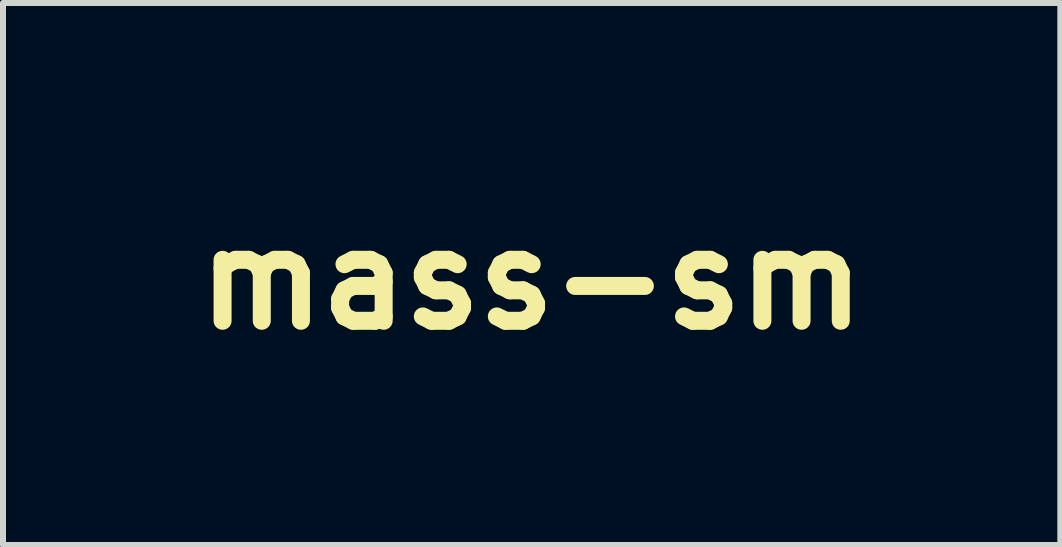
<source format=kicad_pcb>
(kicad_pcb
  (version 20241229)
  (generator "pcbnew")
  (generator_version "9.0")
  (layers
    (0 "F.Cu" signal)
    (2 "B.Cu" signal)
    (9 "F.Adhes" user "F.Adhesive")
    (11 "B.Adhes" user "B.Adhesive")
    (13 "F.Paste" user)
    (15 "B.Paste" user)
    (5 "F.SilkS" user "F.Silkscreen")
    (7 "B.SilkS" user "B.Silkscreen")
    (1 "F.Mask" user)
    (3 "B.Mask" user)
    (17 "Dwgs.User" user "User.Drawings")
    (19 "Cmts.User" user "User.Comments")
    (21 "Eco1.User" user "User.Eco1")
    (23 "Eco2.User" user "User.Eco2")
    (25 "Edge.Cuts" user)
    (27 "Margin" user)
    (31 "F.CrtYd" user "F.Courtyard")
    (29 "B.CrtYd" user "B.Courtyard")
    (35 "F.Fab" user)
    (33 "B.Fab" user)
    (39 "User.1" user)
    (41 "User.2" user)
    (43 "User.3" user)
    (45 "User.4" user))
  (footprint "mass-sm"
    (layer "F.Cu")
    (at 5.813 1.608)
    (property "Reference" "mass-sm" (at 0 0 0) (layer "F.SilkS") (effects (font (size 1.524 1.524) (thickness 0.3))))
    (attr through_hole)
    (fp_poly (pts (xy -0.75 -1.378) (xy -0.761 -1.367) (xy -0.772 -1.378) (xy -0.761 -1.389) (xy -0.75 -1.378)) (stroke (width 0.01) (type solid)) (fill yes) (layer "F.Mask"))
    (fp_poly (pts (xy -0.706 0.342) (xy -0.717 0.353) (xy -0.728 0.342) (xy -0.717 0.331) (xy -0.706 0.342)) (stroke (width 0.01) (type solid)) (fill yes) (layer "F.Mask"))
    (fp_poly (pts (xy -0.639 -1.488) (xy -0.65 -1.477) (xy -0.661 -1.488) (xy -0.65 -1.499) (xy -0.639 -1.488)) (stroke (width 0.01) (type solid)) (fill yes) (layer "F.Mask"))
    (fp_poly (pts (xy -0.573 -1.466) (xy -0.584 -1.455) (xy -0.595 -1.466) (xy -0.584 -1.477) (xy -0.573 -1.466)) (stroke (width 0.01) (type solid)) (fill yes) (layer "F.Mask"))
    (fp_poly (pts (xy -0.573 -1.422) (xy -0.584 -1.411) (xy -0.595 -1.422) (xy -0.584 -1.433) (xy -0.573 -1.422)) (stroke (width 0.01) (type solid)) (fill yes) (layer "F.Mask"))
    (fp_poly (pts (xy -0.573 -1.378) (xy -0.584 -1.367) (xy -0.595 -1.378) (xy -0.584 -1.389) (xy -0.573 -1.378)) (stroke (width 0.01) (type solid)) (fill yes) (layer "F.Mask"))
    (fp_poly (pts (xy -0.551 -1.51) (xy -0.562 -1.499) (xy -0.573 -1.51) (xy -0.562 -1.521) (xy -0.551 -1.51)) (stroke (width 0.01) (type solid)) (fill yes) (layer "F.Mask"))
    (fp_poly (pts (xy -0.551 -1.113) (xy -0.562 -1.102) (xy -0.573 -1.113) (xy -0.562 -1.124) (xy -0.551 -1.113)) (stroke (width 0.01) (type solid)) (fill yes) (layer "F.Mask"))
    (fp_poly (pts (xy -0.551 0.187) (xy -0.562 0.198) (xy -0.573 0.187) (xy -0.562 0.176) (xy -0.551 0.187)) (stroke (width 0.01) (type solid)) (fill yes) (layer "F.Mask"))
    (fp_poly (pts (xy -0.551 0.386) (xy -0.562 0.397) (xy -0.573 0.386) (xy -0.562 0.375) (xy -0.551 0.386)) (stroke (width 0.01) (type solid)) (fill yes) (layer "F.Mask"))
    (fp_poly (pts (xy -0.529 -1.444) (xy -0.54 -1.433) (xy -0.551 -1.444) (xy -0.54 -1.455) (xy -0.529 -1.444)) (stroke (width 0.01) (type solid)) (fill yes) (layer "F.Mask"))
    (fp_poly (pts (xy -0.507 -1.268) (xy -0.518 -1.257) (xy -0.529 -1.268) (xy -0.518 -1.279) (xy -0.507 -1.268)) (stroke (width 0.01) (type solid)) (fill yes) (layer "F.Mask"))
    (fp_poly (pts (xy -0.507 -1.113) (xy -0.518 -1.102) (xy -0.529 -1.113) (xy -0.518 -1.124) (xy -0.507 -1.113)) (stroke (width 0.01) (type solid)) (fill yes) (layer "F.Mask"))
    (fp_poly (pts (xy -0.507 -1.069) (xy -0.518 -1.058) (xy -0.529 -1.069) (xy -0.518 -1.08) (xy -0.507 -1.069)) (stroke (width 0.01) (type solid)) (fill yes) (layer "F.Mask"))
    (fp_poly (pts (xy -0.507 0.408) (xy -0.518 0.419) (xy -0.529 0.408) (xy -0.518 0.397) (xy -0.507 0.408)) (stroke (width 0.01) (type solid)) (fill yes) (layer "F.Mask"))
    (fp_poly (pts (xy -0.485 -1.224) (xy -0.496 -1.213) (xy -0.507 -1.224) (xy -0.496 -1.235) (xy -0.485 -1.224)) (stroke (width 0.01) (type solid)) (fill yes) (layer "F.Mask"))
    (fp_poly (pts (xy -0.485 -1.18) (xy -0.496 -1.169) (xy -0.507 -1.18) (xy -0.496 -1.191) (xy -0.485 -1.18)) (stroke (width 0.01) (type solid)) (fill yes) (layer "F.Mask"))
    (fp_poly (pts (xy -0.485 0.232) (xy -0.496 0.243) (xy -0.507 0.232) (xy -0.496 0.22) (xy -0.485 0.232)) (stroke (width 0.01) (type solid)) (fill yes) (layer "F.Mask"))
    (fp_poly (pts (xy -0.463 0.165) (xy -0.474 0.176) (xy -0.485 0.165) (xy -0.474 0.154) (xy -0.463 0.165)) (stroke (width 0.01) (type solid)) (fill yes) (layer "F.Mask"))
    (fp_poly (pts (xy -0.463 0.364) (xy -0.474 0.375) (xy -0.485 0.364) (xy -0.474 0.353) (xy -0.463 0.364)) (stroke (width 0.01) (type solid)) (fill yes) (layer "F.Mask"))
    (fp_poly (pts (xy -0.441 -1.334) (xy -0.452 -1.323) (xy -0.463 -1.334) (xy -0.452 -1.345) (xy -0.441 -1.334)) (stroke (width 0.01) (type solid)) (fill yes) (layer "F.Mask"))
    (fp_poly (pts (xy -0.441 -1.158) (xy -0.452 -1.147) (xy -0.463 -1.158) (xy -0.452 -1.169) (xy -0.441 -1.158)) (stroke (width 0.01) (type solid)) (fill yes) (layer "F.Mask"))
    (fp_poly (pts (xy -0.441 -1.113) (xy -0.452 -1.102) (xy -0.463 -1.113) (xy -0.452 -1.124) (xy -0.441 -1.113)) (stroke (width 0.01) (type solid)) (fill yes) (layer "F.Mask"))
    (fp_poly (pts (xy -0.441 0.232) (xy -0.452 0.243) (xy -0.463 0.232) (xy -0.452 0.22) (xy -0.441 0.232)) (stroke (width 0.01) (type solid)) (fill yes) (layer "F.Mask"))
    (fp_poly (pts (xy -0.441 0.276) (xy -0.452 0.287) (xy -0.463 0.276) (xy -0.452 0.265) (xy -0.441 0.276)) (stroke (width 0.01) (type solid)) (fill yes) (layer "F.Mask"))
    (fp_poly (pts (xy -0.419 0.143) (xy -0.43 0.154) (xy -0.441 0.143) (xy -0.43 0.132) (xy -0.419 0.143)) (stroke (width 0.01) (type solid)) (fill yes) (layer "F.Mask"))
    (fp_poly (pts (xy -0.419 0.32) (xy -0.43 0.331) (xy -0.441 0.32) (xy -0.43 0.309) (xy -0.419 0.32)) (stroke (width 0.01) (type solid)) (fill yes) (layer "F.Mask"))
    (fp_poly (pts (xy -0.419 0.386) (xy -0.43 0.397) (xy -0.441 0.386) (xy -0.43 0.375) (xy -0.419 0.386)) (stroke (width 0.01) (type solid)) (fill yes) (layer "F.Mask"))
    (fp_poly (pts (xy -0.397 -1.51) (xy -0.408 -1.499) (xy -0.419 -1.51) (xy -0.408 -1.521) (xy -0.397 -1.51)) (stroke (width 0.01) (type solid)) (fill yes) (layer "F.Mask"))
    (fp_poly (pts (xy -0.397 -1.29) (xy -0.408 -1.279) (xy -0.419 -1.29) (xy -0.408 -1.301) (xy -0.397 -1.29)) (stroke (width 0.01) (type solid)) (fill yes) (layer "F.Mask"))
    (fp_poly (pts (xy -0.397 0.187) (xy -0.408 0.198) (xy -0.419 0.187) (xy -0.408 0.176) (xy -0.397 0.187)) (stroke (width 0.01) (type solid)) (fill yes) (layer "F.Mask"))
    (fp_poly (pts (xy -0.353 -1.51) (xy -0.364 -1.499) (xy -0.375 -1.51) (xy -0.364 -1.521) (xy -0.353 -1.51)) (stroke (width 0.01) (type solid)) (fill yes) (layer "F.Mask"))
    (fp_poly (pts (xy -0.353 -1.202) (xy -0.364 -1.191) (xy -0.375 -1.202) (xy -0.364 -1.213) (xy -0.353 -1.202)) (stroke (width 0.01) (type solid)) (fill yes) (layer "F.Mask"))
    (fp_poly (pts (xy -0.353 0.077) (xy -0.364 0.088) (xy -0.375 0.077) (xy -0.364 0.066) (xy -0.353 0.077)) (stroke (width 0.01) (type solid)) (fill yes) (layer "F.Mask"))
    (fp_poly (pts (xy -0.331 -1.091) (xy -0.342 -1.08) (xy -0.353 -1.091) (xy -0.342 -1.102) (xy -0.331 -1.091)) (stroke (width 0.01) (type solid)) (fill yes) (layer "F.Mask"))
    (fp_poly (pts (xy -0.309 -1.488) (xy -0.32 -1.477) (xy -0.331 -1.488) (xy -0.32 -1.499) (xy -0.309 -1.488)) (stroke (width 0.01) (type solid)) (fill yes) (layer "F.Mask"))
    (fp_poly (pts (xy -0.309 -1.18) (xy -0.32 -1.169) (xy -0.331 -1.18) (xy -0.32 -1.191) (xy -0.309 -1.18)) (stroke (width 0.01) (type solid)) (fill yes) (layer "F.Mask"))
    (fp_poly (pts (xy -0.287 0.187) (xy -0.298 0.198) (xy -0.309 0.187) (xy -0.298 0.176) (xy -0.287 0.187)) (stroke (width 0.01) (type solid)) (fill yes) (layer "F.Mask"))
    (fp_poly (pts (xy -0.265 -1.444) (xy -0.276 -1.433) (xy -0.287 -1.444) (xy -0.276 -1.455) (xy -0.265 -1.444)) (stroke (width 0.01) (type solid)) (fill yes) (layer "F.Mask"))
    (fp_poly (pts (xy -0.265 -1.334) (xy -0.276 -1.323) (xy -0.287 -1.334) (xy -0.276 -1.345) (xy -0.265 -1.334)) (stroke (width 0.01) (type solid)) (fill yes) (layer "F.Mask"))
    (fp_poly (pts (xy -0.265 -1.224) (xy -0.276 -1.213) (xy -0.287 -1.224) (xy -0.276 -1.235) (xy -0.265 -1.224)) (stroke (width 0.01) (type solid)) (fill yes) (layer "F.Mask"))
    (fp_poly (pts (xy -0.265 -1.091) (xy -0.276 -1.08) (xy -0.287 -1.091) (xy -0.276 -1.102) (xy -0.265 -1.091)) (stroke (width 0.01) (type solid)) (fill yes) (layer "F.Mask"))
    (fp_poly (pts (xy -0.265 0.254) (xy -0.276 0.265) (xy -0.287 0.254) (xy -0.276 0.243) (xy -0.265 0.254)) (stroke (width 0.01) (type solid)) (fill yes) (layer "F.Mask"))
    (fp_poly (pts (xy -0.243 -1.488) (xy -0.254 -1.477) (xy -0.265 -1.488) (xy -0.254 -1.499) (xy -0.243 -1.488)) (stroke (width 0.01) (type solid)) (fill yes) (layer "F.Mask"))
    (fp_poly (pts (xy -0.243 -1.29) (xy -0.254 -1.279) (xy -0.265 -1.29) (xy -0.254 -1.301) (xy -0.243 -1.29)) (stroke (width 0.01) (type solid)) (fill yes) (layer "F.Mask"))
    (fp_poly (pts (xy -0.22 -1.202) (xy -0.232 -1.191) (xy -0.243 -1.202) (xy -0.232 -1.213) (xy -0.22 -1.202)) (stroke (width 0.01) (type solid)) (fill yes) (layer "F.Mask"))
    (fp_poly (pts (xy -0.22 -1.113) (xy -0.232 -1.102) (xy -0.243 -1.113) (xy -0.232 -1.124) (xy -0.22 -1.113)) (stroke (width 0.01) (type solid)) (fill yes) (layer "F.Mask"))
    (fp_poly (pts (xy -0.22 -1.047) (xy -0.232 -1.036) (xy -0.243 -1.047) (xy -0.232 -1.058) (xy -0.22 -1.047)) (stroke (width 0.01) (type solid)) (fill yes) (layer "F.Mask"))
    (fp_poly (pts (xy -0.22 -0.342) (xy -0.232 -0.331) (xy -0.243 -0.342) (xy -0.232 -0.353) (xy -0.22 -0.342)) (stroke (width 0.01) (type solid)) (fill yes) (layer "F.Mask"))
    (fp_poly (pts (xy -0.22 -0.121) (xy -0.232 -0.11) (xy -0.243 -0.121) (xy -0.232 -0.132) (xy -0.22 -0.121)) (stroke (width 0.01) (type solid)) (fill yes) (layer "F.Mask"))
    (fp_poly (pts (xy -0.22 0.386) (xy -0.232 0.397) (xy -0.243 0.386) (xy -0.232 0.375) (xy -0.22 0.386)) (stroke (width 0.01) (type solid)) (fill yes) (layer "F.Mask"))
    (fp_poly (pts (xy -0.22 0.739) (xy -0.232 0.75) (xy -0.243 0.739) (xy -0.232 0.728) (xy -0.22 0.739)) (stroke (width 0.01) (type solid)) (fill yes) (layer "F.Mask"))
    (fp_poly (pts (xy -0.22 0.915) (xy -0.232 0.926) (xy -0.243 0.915) (xy -0.232 0.904) (xy -0.22 0.915)) (stroke (width 0.01) (type solid)) (fill yes) (layer "F.Mask"))
    (fp_poly (pts (xy -0.22 1.29) (xy -0.232 1.301) (xy -0.243 1.29) (xy -0.232 1.279) (xy -0.22 1.29)) (stroke (width 0.01) (type solid)) (fill yes) (layer "F.Mask"))
    (fp_poly (pts (xy -0.198 -0.209) (xy -0.209 -0.198) (xy -0.22 -0.209) (xy -0.209 -0.22) (xy -0.198 -0.209)) (stroke (width 0.01) (type solid)) (fill yes) (layer "F.Mask"))
    (fp_poly (pts (xy -0.198 -0.165) (xy -0.209 -0.154) (xy -0.22 -0.165) (xy -0.209 -0.176) (xy -0.198 -0.165)) (stroke (width 0.01) (type solid)) (fill yes) (layer "F.Mask"))
    (fp_poly (pts (xy -0.198 -0.077) (xy -0.209 -0.066) (xy -0.22 -0.077) (xy -0.209 -0.088) (xy -0.198 -0.077)) (stroke (width 0.01) (type solid)) (fill yes) (layer "F.Mask"))
    (fp_poly (pts (xy -0.198 0.606) (xy -0.209 0.617) (xy -0.22 0.606) (xy -0.209 0.595) (xy -0.198 0.606)) (stroke (width 0.01) (type solid)) (fill yes) (layer "F.Mask"))
    (fp_poly (pts (xy -0.198 0.849) (xy -0.209 0.86) (xy -0.22 0.849) (xy -0.209 0.838) (xy -0.198 0.849)) (stroke (width 0.01) (type solid)) (fill yes) (layer "F.Mask"))
    (fp_poly (pts (xy -0.176 -1.488) (xy -0.187 -1.477) (xy -0.198 -1.488) (xy -0.187 -1.499) (xy -0.176 -1.488)) (stroke (width 0.01) (type solid)) (fill yes) (layer "F.Mask"))
    (fp_poly (pts (xy -0.176 -1.268) (xy -0.187 -1.257) (xy -0.198 -1.268) (xy -0.187 -1.279) (xy -0.176 -1.268)) (stroke (width 0.01) (type solid)) (fill yes) (layer "F.Mask"))
    (fp_poly (pts (xy -0.176 1.268) (xy -0.187 1.279) (xy -0.198 1.268) (xy -0.187 1.257) (xy -0.176 1.268)) (stroke (width 0.01) (type solid)) (fill yes) (layer "F.Mask"))
    (fp_poly (pts (xy -0.154 -1.158) (xy -0.165 -1.147) (xy -0.176 -1.158) (xy -0.165 -1.169) (xy -0.154 -1.158)) (stroke (width 0.01) (type solid)) (fill yes) (layer "F.Mask"))
    (fp_poly (pts (xy -0.154 0.783) (xy -0.165 0.794) (xy -0.176 0.783) (xy -0.165 0.772) (xy -0.154 0.783)) (stroke (width 0.01) (type solid)) (fill yes) (layer "F.Mask"))
    (fp_poly (pts (xy -0.132 -1.268) (xy -0.143 -1.257) (xy -0.154 -1.268) (xy -0.143 -1.279) (xy -0.132 -1.268)) (stroke (width 0.01) (type solid)) (fill yes) (layer "F.Mask"))
    (fp_poly (pts (xy -0.132 -0.099) (xy -0.143 -0.088) (xy -0.154 -0.099) (xy -0.143 -0.11) (xy -0.132 -0.099)) (stroke (width 0.01) (type solid)) (fill yes) (layer "F.Mask"))
    (fp_poly (pts (xy -0.132 -0.055) (xy -0.143 -0.044) (xy -0.154 -0.055) (xy -0.143 -0.066) (xy -0.132 -0.055)) (stroke (width 0.01) (type solid)) (fill yes) (layer "F.Mask"))
    (fp_poly (pts (xy -0.132 0.672) (xy -0.143 0.684) (xy -0.154 0.672) (xy -0.143 0.661) (xy -0.132 0.672)) (stroke (width 0.01) (type solid)) (fill yes) (layer "F.Mask"))
    (fp_poly (pts (xy -0.11 -1.4) (xy -0.121 -1.389) (xy -0.132 -1.4) (xy -0.121 -1.411) (xy -0.11 -1.4)) (stroke (width 0.01) (type solid)) (fill yes) (layer "F.Mask"))
    (fp_poly (pts (xy -0.11 -1.312) (xy -0.121 -1.301) (xy -0.132 -1.312) (xy -0.121 -1.323) (xy -0.11 -1.312)) (stroke (width 0.01) (type solid)) (fill yes) (layer "F.Mask"))
    (fp_poly (pts (xy -0.11 -1.047) (xy -0.121 -1.036) (xy -0.132 -1.047) (xy -0.121 -1.058) (xy -0.11 -1.047)) (stroke (width 0.01) (type solid)) (fill yes) (layer "F.Mask"))
    (fp_poly (pts (xy -0.11 -1.003) (xy -0.121 -0.992) (xy -0.132 -1.003) (xy -0.121 -1.014) (xy -0.11 -1.003)) (stroke (width 0.01) (type solid)) (fill yes) (layer "F.Mask"))
    (fp_poly (pts (xy -0.11 -0.187) (xy -0.121 -0.176) (xy -0.132 -0.187) (xy -0.121 -0.198) (xy -0.11 -0.187)) (stroke (width 0.01) (type solid)) (fill yes) (layer "F.Mask"))
    (fp_poly (pts (xy -0.11 -0.143) (xy -0.121 -0.132) (xy -0.132 -0.143) (xy -0.121 -0.154) (xy -0.11 -0.143)) (stroke (width 0.01) (type solid)) (fill yes) (layer "F.Mask"))
    (fp_poly (pts (xy -0.11 0.606) (xy -0.121 0.617) (xy -0.132 0.606) (xy -0.121 0.595) (xy -0.11 0.606)) (stroke (width 0.01) (type solid)) (fill yes) (layer "F.Mask"))
    (fp_poly (pts (xy -0.11 0.739) (xy -0.121 0.75) (xy -0.132 0.739) (xy -0.121 0.728) (xy -0.11 0.739)) (stroke (width 0.01) (type solid)) (fill yes) (layer "F.Mask"))
    (fp_poly (pts (xy -0.11 0.915) (xy -0.121 0.926) (xy -0.132 0.915) (xy -0.121 0.904) (xy -0.11 0.915)) (stroke (width 0.01) (type solid)) (fill yes) (layer "F.Mask"))
    (fp_poly (pts (xy -0.11 1.268) (xy -0.121 1.279) (xy -0.132 1.268) (xy -0.121 1.257) (xy -0.11 1.268)) (stroke (width 0.01) (type solid)) (fill yes) (layer "F.Mask"))
    (fp_poly (pts (xy -0.088 -1.51) (xy -0.099 -1.499) (xy -0.11 -1.51) (xy -0.099 -1.521) (xy -0.088 -1.51)) (stroke (width 0.01) (type solid)) (fill yes) (layer "F.Mask"))
    (fp_poly (pts (xy -0.088 -1.202) (xy -0.099 -1.191) (xy -0.11 -1.202) (xy -0.099 -1.213) (xy -0.088 -1.202)) (stroke (width 0.01) (type solid)) (fill yes) (layer "F.Mask"))
    (fp_poly (pts (xy -0.088 0.474) (xy -0.099 0.485) (xy -0.11 0.474) (xy -0.099 0.463) (xy -0.088 0.474)) (stroke (width 0.01) (type solid)) (fill yes) (layer "F.Mask"))
    (fp_poly (pts (xy -0.088 0.827) (xy -0.099 0.838) (xy -0.11 0.827) (xy -0.099 0.816) (xy -0.088 0.827)) (stroke (width 0.01) (type solid)) (fill yes) (layer "F.Mask"))
    (fp_poly (pts (xy -0.066 -1.268) (xy -0.077 -1.257) (xy -0.088 -1.268) (xy -0.077 -1.279) (xy -0.066 -1.268)) (stroke (width 0.01) (type solid)) (fill yes) (layer "F.Mask"))
    (fp_poly (pts (xy -0.066 -1.069) (xy -0.077 -1.058) (xy -0.088 -1.069) (xy -0.077 -1.08) (xy -0.066 -1.069)) (stroke (width 0.01) (type solid)) (fill yes) (layer "F.Mask"))
    (fp_poly (pts (xy -0.066 -0.143) (xy -0.077 -0.132) (xy -0.088 -0.143) (xy -0.077 -0.154) (xy -0.066 -0.143)) (stroke (width 0.01) (type solid)) (fill yes) (layer "F.Mask"))
    (fp_poly (pts (xy -0.044 -1.356) (xy -0.055 -1.345) (xy -0.066 -1.356) (xy -0.055 -1.367) (xy -0.044 -1.356)) (stroke (width 0.01) (type solid)) (fill yes) (layer "F.Mask"))
    (fp_poly (pts (xy -0.044 0.033) (xy -0.055 0.044) (xy -0.066 0.033) (xy -0.055 0.022) (xy -0.044 0.033)) (stroke (width 0.01) (type solid)) (fill yes) (layer "F.Mask"))
    (fp_poly (pts (xy -0.044 0.276) (xy -0.055 0.287) (xy -0.066 0.276) (xy -0.055 0.265) (xy -0.044 0.276)) (stroke (width 0.01) (type solid)) (fill yes) (layer "F.Mask"))
    (fp_poly (pts (xy -0.044 0.496) (xy -0.055 0.507) (xy -0.066 0.496) (xy -0.055 0.485) (xy -0.044 0.496)) (stroke (width 0.01) (type solid)) (fill yes) (layer "F.Mask"))
    (fp_poly (pts (xy -0.044 0.562) (xy -0.055 0.573) (xy -0.066 0.562) (xy -0.055 0.551) (xy -0.044 0.562)) (stroke (width 0.01) (type solid)) (fill yes) (layer "F.Mask"))
    (fp_poly (pts (xy -0.044 0.65) (xy -0.055 0.661) (xy -0.066 0.65) (xy -0.055 0.639) (xy -0.044 0.65)) (stroke (width 0.01) (type solid)) (fill yes) (layer "F.Mask"))
    (fp_poly (pts (xy -0.044 0.805) (xy -0.055 0.816) (xy -0.066 0.805) (xy -0.055 0.794) (xy -0.044 0.805)) (stroke (width 0.01) (type solid)) (fill yes) (layer "F.Mask"))
    (fp_poly (pts (xy -0.022 -0.981) (xy -0.033 -0.97) (xy -0.044 -0.981) (xy -0.033 -0.992) (xy -0.022 -0.981)) (stroke (width 0.01) (type solid)) (fill yes) (layer "F.Mask"))
    (fp_poly (pts (xy -0.022 1.246) (xy -0.033 1.257) (xy -0.044 1.246) (xy -0.033 1.235) (xy -0.022 1.246)) (stroke (width 0.01) (type solid)) (fill yes) (layer "F.Mask"))
    (fp_poly (pts (xy 0 -1.312) (xy -0.011 -1.301) (xy -0.022 -1.312) (xy -0.011 -1.323) (xy 0 -1.312)) (stroke (width 0.01) (type solid)) (fill yes) (layer "F.Mask"))
    (fp_poly (pts (xy 0 -1.18) (xy -0.011 -1.169) (xy -0.022 -1.18) (xy -0.011 -1.191) (xy 0 -1.18)) (stroke (width 0.01) (type solid)) (fill yes) (layer "F.Mask"))
    (fp_poly (pts (xy 0.022 -1.356) (xy 0.011 -1.345) (xy 0 -1.356) (xy 0.011 -1.367) (xy 0.022 -1.356)) (stroke (width 0.01) (type solid)) (fill yes) (layer "F.Mask"))
    (fp_poly (pts (xy 0.022 -0.099) (xy 0.011 -0.088) (xy 0 -0.099) (xy 0.011 -0.11) (xy 0.022 -0.099)) (stroke (width 0.01) (type solid)) (fill yes) (layer "F.Mask"))
    (fp_poly (pts (xy 0.022 0.584) (xy 0.011 0.595) (xy 0 0.584) (xy 0.011 0.573) (xy 0.022 0.584)) (stroke (width 0.01) (type solid)) (fill yes) (layer "F.Mask"))
    (fp_poly (pts (xy 0.022 0.65) (xy 0.011 0.661) (xy 0 0.65) (xy 0.011 0.639) (xy 0.022 0.65)) (stroke (width 0.01) (type solid)) (fill yes) (layer "F.Mask"))
    (fp_poly (pts (xy 0.022 0.761) (xy 0.011 0.772) (xy 0 0.761) (xy 0.011 0.75) (xy 0.022 0.761)) (stroke (width 0.01) (type solid)) (fill yes) (layer "F.Mask"))
    (fp_poly (pts (xy 0.044 -1.246) (xy 0.033 -1.235) (xy 0.022 -1.246) (xy 0.033 -1.257) (xy 0.044 -1.246)) (stroke (width 0.01) (type solid)) (fill yes) (layer "F.Mask"))
    (fp_poly (pts (xy 0.044 -1.069) (xy 0.033 -1.058) (xy 0.022 -1.069) (xy 0.033 -1.08) (xy 0.044 -1.069)) (stroke (width 0.01) (type solid)) (fill yes) (layer "F.Mask"))
    (fp_poly (pts (xy 0.044 -0.165) (xy 0.033 -0.154) (xy 0.022 -0.165) (xy 0.033 -0.176) (xy 0.044 -0.165)) (stroke (width 0.01) (type solid)) (fill yes) (layer "F.Mask"))
    (fp_poly (pts (xy 0.044 0.033) (xy 0.033 0.044) (xy 0.022 0.033) (xy 0.033 0.022) (xy 0.044 0.033)) (stroke (width 0.01) (type solid)) (fill yes) (layer "F.Mask"))
    (fp_poly (pts (xy 0.066 -1.18) (xy 0.055 -1.169) (xy 0.044 -1.18) (xy 0.055 -1.191) (xy 0.066 -1.18)) (stroke (width 0.01) (type solid)) (fill yes) (layer "F.Mask"))
    (fp_poly (pts (xy 0.066 -0.915) (xy 0.055 -0.904) (xy 0.044 -0.915) (xy 0.055 -0.926) (xy 0.066 -0.915)) (stroke (width 0.01) (type solid)) (fill yes) (layer "F.Mask"))
    (fp_poly (pts (xy 0.066 -0.121) (xy 0.055 -0.11) (xy 0.044 -0.121) (xy 0.055 -0.132) (xy 0.066 -0.121)) (stroke (width 0.01) (type solid)) (fill yes) (layer "F.Mask"))
    (fp_poly (pts (xy 0.066 0.496) (xy 0.055 0.507) (xy 0.044 0.496) (xy 0.055 0.485) (xy 0.066 0.496)) (stroke (width 0.01) (type solid)) (fill yes) (layer "F.Mask"))
    (fp_poly (pts (xy 0.066 0.54) (xy 0.055 0.551) (xy 0.044 0.54) (xy 0.055 0.529) (xy 0.066 0.54)) (stroke (width 0.01) (type solid)) (fill yes) (layer "F.Mask"))
    (fp_poly (pts (xy 0.066 0.783) (xy 0.055 0.794) (xy 0.044 0.783) (xy 0.055 0.772) (xy 0.066 0.783)) (stroke (width 0.01) (type solid)) (fill yes) (layer "F.Mask"))
    (fp_poly (pts (xy 0.088 -1.29) (xy 0.077 -1.279) (xy 0.066 -1.29) (xy 0.077 -1.301) (xy 0.088 -1.29)) (stroke (width 0.01) (type solid)) (fill yes) (layer "F.Mask"))
    (fp_poly (pts (xy 0.088 -1.047) (xy 0.077 -1.036) (xy 0.066 -1.047) (xy 0.077 -1.058) (xy 0.088 -1.047)) (stroke (width 0.01) (type solid)) (fill yes) (layer "F.Mask"))
    (fp_poly (pts (xy 0.088 -0.849) (xy 0.077 -0.838) (xy 0.066 -0.849) (xy 0.077 -0.86) (xy 0.088 -0.849)) (stroke (width 0.01) (type solid)) (fill yes) (layer "F.Mask"))
    (fp_poly (pts (xy 0.088 -0.606) (xy 0.077 -0.595) (xy 0.066 -0.606) (xy 0.077 -0.617) (xy 0.088 -0.606)) (stroke (width 0.01) (type solid)) (fill yes) (layer "F.Mask"))
    (fp_poly (pts (xy 0.088 -0.496) (xy 0.077 -0.485) (xy 0.066 -0.496) (xy 0.077 -0.507) (xy 0.088 -0.496)) (stroke (width 0.01) (type solid)) (fill yes) (layer "F.Mask"))
    (fp_poly (pts (xy 0.088 0.672) (xy 0.077 0.684) (xy 0.066 0.672) (xy 0.077 0.661) (xy 0.088 0.672)) (stroke (width 0.01) (type solid)) (fill yes) (layer "F.Mask"))
    (fp_poly (pts (xy 0.11 -1.466) (xy 0.099 -1.455) (xy 0.088 -1.466) (xy 0.099 -1.477) (xy 0.11 -1.466)) (stroke (width 0.01) (type solid)) (fill yes) (layer "F.Mask"))
    (fp_poly (pts (xy 0.11 -1.356) (xy 0.099 -1.345) (xy 0.088 -1.356) (xy 0.099 -1.367) (xy 0.11 -1.356)) (stroke (width 0.01) (type solid)) (fill yes) (layer "F.Mask"))
    (fp_poly (pts (xy 0.11 -1.18) (xy 0.099 -1.169) (xy 0.088 -1.18) (xy 0.099 -1.191) (xy 0.11 -1.18)) (stroke (width 0.01) (type solid)) (fill yes) (layer "F.Mask"))
    (fp_poly (pts (xy 0.11 -0.893) (xy 0.099 -0.882) (xy 0.088 -0.893) (xy 0.099 -0.904) (xy 0.11 -0.893)) (stroke (width 0.01) (type solid)) (fill yes) (layer "F.Mask"))
    (fp_poly (pts (xy 0.11 -0.121) (xy 0.099 -0.11) (xy 0.088 -0.121) (xy 0.099 -0.132) (xy 0.11 -0.121)) (stroke (width 0.01) (type solid)) (fill yes) (layer "F.Mask"))
    (fp_poly (pts (xy 0.11 0.099) (xy 0.099 0.11) (xy 0.088 0.099) (xy 0.099 0.088) (xy 0.11 0.099)) (stroke (width 0.01) (type solid)) (fill yes) (layer "F.Mask"))
    (fp_poly (pts (xy 0.11 0.761) (xy 0.099 0.772) (xy 0.088 0.761) (xy 0.099 0.75) (xy 0.11 0.761)) (stroke (width 0.01) (type solid)) (fill yes) (layer "F.Mask"))
    (fp_poly (pts (xy 0.11 0.805) (xy 0.099 0.816) (xy 0.088 0.805) (xy 0.099 0.794) (xy 0.11 0.805)) (stroke (width 0.01) (type solid)) (fill yes) (layer "F.Mask"))
    (fp_poly (pts (xy 0.132 -0.827) (xy 0.121 -0.816) (xy 0.11 -0.827) (xy 0.121 -0.838) (xy 0.132 -0.827)) (stroke (width 0.01) (type solid)) (fill yes) (layer "F.Mask"))
    (fp_poly (pts (xy 0.132 0.584) (xy 0.121 0.595) (xy 0.11 0.584) (xy 0.121 0.573) (xy 0.132 0.584)) (stroke (width 0.01) (type solid)) (fill yes) (layer "F.Mask"))
    (fp_poly (pts (xy 0.154 -1.268) (xy 0.143 -1.257) (xy 0.132 -1.268) (xy 0.143 -1.279) (xy 0.154 -1.268)) (stroke (width 0.01) (type solid)) (fill yes) (layer "F.Mask"))
    (fp_poly (pts (xy 0.154 0.055) (xy 0.143 0.066) (xy 0.132 0.055) (xy 0.143 0.044) (xy 0.154 0.055)) (stroke (width 0.01) (type solid)) (fill yes) (layer "F.Mask"))
    (fp_poly (pts (xy 0.154 0.386) (xy 0.143 0.397) (xy 0.132 0.386) (xy 0.143 0.375) (xy 0.154 0.386)) (stroke (width 0.01) (type solid)) (fill yes) (layer "F.Mask"))
    (fp_poly (pts (xy 0.154 0.805) (xy 0.143 0.816) (xy 0.132 0.805) (xy 0.143 0.794) (xy 0.154 0.805)) (stroke (width 0.01) (type solid)) (fill yes) (layer "F.Mask"))
    (fp_poly (pts (xy 0.154 0.937) (xy 0.143 0.948) (xy 0.132 0.937) (xy 0.143 0.926) (xy 0.154 0.937)) (stroke (width 0.01) (type solid)) (fill yes) (layer "F.Mask"))
    (fp_poly (pts (xy 0.176 -1.4) (xy 0.165 -1.389) (xy 0.154 -1.4) (xy 0.165 -1.411) (xy 0.176 -1.4)) (stroke (width 0.01) (type solid)) (fill yes) (layer "F.Mask"))
    (fp_poly (pts (xy 0.176 -0.981) (xy 0.165 -0.97) (xy 0.154 -0.981) (xy 0.165 -0.992) (xy 0.176 -0.981)) (stroke (width 0.01) (type solid)) (fill yes) (layer "F.Mask"))
    (fp_poly (pts (xy 0.176 -0.937) (xy 0.165 -0.926) (xy 0.154 -0.937) (xy 0.165 -0.948) (xy 0.176 -0.937)) (stroke (width 0.01) (type solid)) (fill yes) (layer "F.Mask"))
    (fp_poly (pts (xy 0.176 -0.121) (xy 0.165 -0.11) (xy 0.154 -0.121) (xy 0.165 -0.132) (xy 0.176 -0.121)) (stroke (width 0.01) (type solid)) (fill yes) (layer "F.Mask"))
    (fp_poly (pts (xy 0.176 -0.033) (xy 0.165 -0.022) (xy 0.154 -0.033) (xy 0.165 -0.044) (xy 0.176 -0.033)) (stroke (width 0.01) (type solid)) (fill yes) (layer "F.Mask"))
    (fp_poly (pts (xy 0.198 -1.356) (xy 0.187 -1.345) (xy 0.176 -1.356) (xy 0.187 -1.367) (xy 0.198 -1.356)) (stroke (width 0.01) (type solid)) (fill yes) (layer "F.Mask"))
    (fp_poly (pts (xy 0.198 -1.29) (xy 0.187 -1.279) (xy 0.176 -1.29) (xy 0.187 -1.301) (xy 0.198 -1.29)) (stroke (width 0.01) (type solid)) (fill yes) (layer "F.Mask"))
    (fp_poly (pts (xy 0.198 -1.025) (xy 0.187 -1.014) (xy 0.176 -1.025) (xy 0.187 -1.036) (xy 0.198 -1.025)) (stroke (width 0.01) (type solid)) (fill yes) (layer "F.Mask"))
    (fp_poly (pts (xy 0.198 0.849) (xy 0.187 0.86) (xy 0.176 0.849) (xy 0.187 0.838) (xy 0.198 0.849)) (stroke (width 0.01) (type solid)) (fill yes) (layer "F.Mask"))
    (fp_poly (pts (xy 0.22 -1.422) (xy 0.209 -1.411) (xy 0.198 -1.422) (xy 0.209 -1.433) (xy 0.22 -1.422)) (stroke (width 0.01) (type solid)) (fill yes) (layer "F.Mask"))
    (fp_poly (pts (xy 0.22 -1.224) (xy 0.209 -1.213) (xy 0.198 -1.224) (xy 0.209 -1.235) (xy 0.22 -1.224)) (stroke (width 0.01) (type solid)) (fill yes) (layer "F.Mask"))
    (fp_poly (pts (xy 0.22 0.165) (xy 0.209 0.176) (xy 0.198 0.165) (xy 0.209 0.154) (xy 0.22 0.165)) (stroke (width 0.01) (type solid)) (fill yes) (layer "F.Mask"))
    (fp_poly (pts (xy 0.22 0.209) (xy 0.209 0.22) (xy 0.198 0.209) (xy 0.209 0.198) (xy 0.22 0.209)) (stroke (width 0.01) (type solid)) (fill yes) (layer "F.Mask"))
    (fp_poly (pts (xy 0.22 0.276) (xy 0.209 0.287) (xy 0.198 0.276) (xy 0.209 0.265) (xy 0.22 0.276)) (stroke (width 0.01) (type solid)) (fill yes) (layer "F.Mask"))
    (fp_poly (pts (xy 0.243 -0.871) (xy 0.232 -0.86) (xy 0.22 -0.871) (xy 0.232 -0.882) (xy 0.243 -0.871)) (stroke (width 0.01) (type solid)) (fill yes) (layer "F.Mask"))
    (fp_poly (pts (xy 0.265 -1.422) (xy 0.254 -1.411) (xy 0.243 -1.422) (xy 0.254 -1.433) (xy 0.265 -1.422)) (stroke (width 0.01) (type solid)) (fill yes) (layer "F.Mask"))
    (fp_poly (pts (xy 0.265 -1.378) (xy 0.254 -1.367) (xy 0.243 -1.378) (xy 0.254 -1.389) (xy 0.265 -1.378)) (stroke (width 0.01) (type solid)) (fill yes) (layer "F.Mask"))
    (fp_poly (pts (xy 0.265 -1.202) (xy 0.254 -1.191) (xy 0.243 -1.202) (xy 0.254 -1.213) (xy 0.265 -1.202)) (stroke (width 0.01) (type solid)) (fill yes) (layer "F.Mask"))
    (fp_poly (pts (xy 0.265 -1.136) (xy 0.254 -1.124) (xy 0.243 -1.136) (xy 0.254 -1.147) (xy 0.265 -1.136)) (stroke (width 0.01) (type solid)) (fill yes) (layer "F.Mask"))
    (fp_poly (pts (xy 0.265 0.298) (xy 0.254 0.309) (xy 0.243 0.298) (xy 0.254 0.287) (xy 0.265 0.298)) (stroke (width 0.01) (type solid)) (fill yes) (layer "F.Mask"))
    (fp_poly (pts (xy 0.287 -1.025) (xy 0.276 -1.014) (xy 0.265 -1.025) (xy 0.276 -1.036) (xy 0.287 -1.025)) (stroke (width 0.01) (type solid)) (fill yes) (layer "F.Mask"))
    (fp_poly (pts (xy 0.287 -0.849) (xy 0.276 -0.838) (xy 0.265 -0.849) (xy 0.276 -0.86) (xy 0.287 -0.849)) (stroke (width 0.01) (type solid)) (fill yes) (layer "F.Mask"))
    (fp_poly (pts (xy 0.309 -1.444) (xy 0.298 -1.433) (xy 0.287 -1.444) (xy 0.298 -1.455) (xy 0.309 -1.444)) (stroke (width 0.01) (type solid)) (fill yes) (layer "F.Mask"))
    (fp_poly (pts (xy 0.309 -1.378) (xy 0.298 -1.367) (xy 0.287 -1.378) (xy 0.298 -1.389) (xy 0.309 -1.378)) (stroke (width 0.01) (type solid)) (fill yes) (layer "F.Mask"))
    (fp_poly (pts (xy 0.309 -1.158) (xy 0.298 -1.147) (xy 0.287 -1.158) (xy 0.298 -1.169) (xy 0.309 -1.158)) (stroke (width 0.01) (type solid)) (fill yes) (layer "F.Mask"))
    (fp_poly (pts (xy 0.331 -1.091) (xy 0.32 -1.08) (xy 0.309 -1.091) (xy 0.32 -1.102) (xy 0.331 -1.091)) (stroke (width 0.01) (type solid)) (fill yes) (layer "F.Mask"))
    (fp_poly (pts (xy 0.375 -1.224) (xy 0.364 -1.213) (xy 0.353 -1.224) (xy 0.364 -1.235) (xy 0.375 -1.224)) (stroke (width 0.01) (type solid)) (fill yes) (layer "F.Mask"))
    (fp_poly (pts (xy 0.375 -1.047) (xy 0.364 -1.036) (xy 0.353 -1.047) (xy 0.364 -1.058) (xy 0.375 -1.047)) (stroke (width 0.01) (type solid)) (fill yes) (layer "F.Mask"))
    (fp_poly (pts (xy 0.375 -0.893) (xy 0.364 -0.882) (xy 0.353 -0.893) (xy 0.364 -0.904) (xy 0.375 -0.893)) (stroke (width 0.01) (type solid)) (fill yes) (layer "F.Mask"))
    (fp_poly (pts (xy 0.397 -1.356) (xy 0.386 -1.345) (xy 0.375 -1.356) (xy 0.386 -1.367) (xy 0.397 -1.356)) (stroke (width 0.01) (type solid)) (fill yes) (layer "F.Mask"))
    (fp_poly (pts (xy 0.397 -1.136) (xy 0.386 -1.124) (xy 0.375 -1.136) (xy 0.386 -1.147) (xy 0.397 -1.136)) (stroke (width 0.01) (type solid)) (fill yes) (layer "F.Mask"))
    (fp_poly (pts (xy 0.419 -1.4) (xy 0.408 -1.389) (xy 0.397 -1.4) (xy 0.408 -1.411) (xy 0.419 -1.4)) (stroke (width 0.01) (type solid)) (fill yes) (layer "F.Mask"))
    (fp_poly (pts (xy 0.419 -1.025) (xy 0.408 -1.014) (xy 0.397 -1.025) (xy 0.408 -1.036) (xy 0.419 -1.025)) (stroke (width 0.01) (type solid)) (fill yes) (layer "F.Mask"))
    (fp_poly (pts (xy 0.419 -0.915) (xy 0.408 -0.904) (xy 0.397 -0.915) (xy 0.408 -0.926) (xy 0.419 -0.915)) (stroke (width 0.01) (type solid)) (fill yes) (layer "F.Mask"))
    (fp_poly (pts (xy 0.463 -1.025) (xy 0.452 -1.014) (xy 0.441 -1.025) (xy 0.452 -1.036) (xy 0.463 -1.025)) (stroke (width 0.01) (type solid)) (fill yes) (layer "F.Mask"))
    (fp_poly (pts (xy 0.529 -1.312) (xy 0.518 -1.301) (xy 0.507 -1.312) (xy 0.518 -1.323) (xy 0.529 -1.312)) (stroke (width 0.01) (type solid)) (fill yes) (layer "F.Mask"))
    (fp_poly (pts (xy 0.551 -1.113) (xy 0.54 -1.102) (xy 0.529 -1.113) (xy 0.54 -1.124) (xy 0.551 -1.113)) (stroke (width 0.01) (type solid)) (fill yes) (layer "F.Mask"))
    (fp_poly (pts (xy 0.573 -0.915) (xy 0.562 -0.904) (xy 0.551 -0.915) (xy 0.562 -0.926) (xy 0.573 -0.915)) (stroke (width 0.01) (type solid)) (fill yes) (layer "F.Mask"))
    (fp_poly (pts (xy 0.617 -1.18) (xy 0.606 -1.169) (xy 0.595 -1.18) (xy 0.606 -1.191) (xy 0.617 -1.18)) (stroke (width 0.01) (type solid)) (fill yes) (layer "F.Mask"))
    (fp_poly (pts (xy 0.639 -0.871) (xy 0.628 -0.86) (xy 0.617 -0.871) (xy 0.628 -0.882) (xy 0.639 -0.871)) (stroke (width 0.01) (type solid)) (fill yes) (layer "F.Mask"))
    (fp_poly (pts (xy 0.661 -0.915) (xy 0.65 -0.904) (xy 0.639 -0.915) (xy 0.65 -0.926) (xy 0.661 -0.915)) (stroke (width 0.01) (type solid)) (fill yes) (layer "F.Mask"))
    (fp_poly (pts (xy 0.684 0.717) (xy 0.672 0.728) (xy 0.661 0.717) (xy 0.672 0.706) (xy 0.684 0.717)) (stroke (width 0.01) (type solid)) (fill yes) (layer "F.Mask"))
    (fp_poly (pts (xy 0.772 -1.025) (xy 0.761 -1.014) (xy 0.75 -1.025) (xy 0.761 -1.036) (xy 0.772 -1.025)) (stroke (width 0.01) (type solid)) (fill yes) (layer "F.Mask"))
    (fp_poly (pts (xy 0.838 0.717) (xy 0.827 0.728) (xy 0.816 0.717) (xy 0.827 0.706) (xy 0.838 0.717)) (stroke (width 0.01) (type solid)) (fill yes) (layer "F.Mask"))
    (fp_poly (pts (xy 0.926 0.717) (xy 0.915 0.728) (xy 0.904 0.717) (xy 0.915 0.706) (xy 0.926 0.717)) (stroke (width 0.01) (type solid)) (fill yes) (layer "F.Mask"))
    (fp_poly (pts (xy 1.147 0.717) (xy 1.136 0.728) (xy 1.124 0.717) (xy 1.136 0.706) (xy 1.147 0.717)) (stroke (width 0.01) (type solid)) (fill yes) (layer "F.Mask"))
    (fp_poly (pts (xy 1.147 0.783) (xy 1.136 0.794) (xy 1.124 0.783) (xy 1.136 0.772) (xy 1.147 0.783)) (stroke (width 0.01) (type solid)) (fill yes) (layer "F.Mask"))
    (fp_poly (pts (xy 1.191 0.739) (xy 1.18 0.75) (xy 1.169 0.739) (xy 1.18 0.728) (xy 1.191 0.739)) (stroke (width 0.01) (type solid)) (fill yes) (layer "F.Mask"))
    (fp_poly (pts (xy 1.257 -0.584) (xy 1.246 -0.573) (xy 1.235 -0.584) (xy 1.246 -0.595) (xy 1.257 -0.584)) (stroke (width 0.01) (type solid)) (fill yes) (layer "F.Mask"))
    (fp_poly (pts (xy 1.279 -0.54) (xy 1.268 -0.529) (xy 1.257 -0.54) (xy 1.268 -0.551) (xy 1.279 -0.54)) (stroke (width 0.01) (type solid)) (fill yes) (layer "F.Mask"))
    (fp_poly (pts (xy 1.279 0.408) (xy 1.268 0.419) (xy 1.257 0.408) (xy 1.268 0.397) (xy 1.279 0.408)) (stroke (width 0.01) (type solid)) (fill yes) (layer "F.Mask"))
    (fp_poly (pts (xy 1.279 0.54) (xy 1.268 0.551) (xy 1.257 0.54) (xy 1.268 0.529) (xy 1.279 0.54)) (stroke (width 0.01) (type solid)) (fill yes) (layer "F.Mask"))
    (fp_poly (pts (xy 1.301 -0.474) (xy 1.29 -0.463) (xy 1.279 -0.474) (xy 1.29 -0.485) (xy 1.301 -0.474)) (stroke (width 0.01) (type solid)) (fill yes) (layer "F.Mask"))
    (fp_poly (pts (xy 1.345 -0.32) (xy 1.334 -0.309) (xy 1.323 -0.32) (xy 1.334 -0.331) (xy 1.345 -0.32)) (stroke (width 0.01) (type solid)) (fill yes) (layer "F.Mask"))
    (fp_poly (pts (xy 1.367 0.54) (xy 1.356 0.551) (xy 1.345 0.54) (xy 1.356 0.529) (xy 1.367 0.54)) (stroke (width 0.01) (type solid)) (fill yes) (layer "F.Mask"))
    (fp_poly (pts (xy -0.581 0.029) (xy -0.578 0.056) (xy -0.581 0.059) (xy -0.594 0.056) (xy -0.595 0.044) (xy -0.587 0.026) (xy -0.581 0.029)) (stroke (width 0.01) (type solid)) (fill yes) (layer "F.Mask"))
    (fp_poly (pts (xy -0.537 -1.382) (xy -0.534 -1.356) (xy -0.537 -1.352) (xy -0.55 -1.355) (xy -0.551 -1.367) (xy -0.543 -1.385) (xy -0.537 -1.382)) (stroke (width 0.01) (type solid)) (fill yes) (layer "F.Mask"))
    (fp_poly (pts (xy -0.537 -1.205) (xy -0.534 -1.179) (xy -0.537 -1.176) (xy -0.55 -1.179) (xy -0.551 -1.191) (xy -0.543 -1.209) (xy -0.537 -1.205)) (stroke (width 0.01) (type solid)) (fill yes) (layer "F.Mask"))
    (fp_poly (pts (xy -0.514 0.316) (xy -0.517 0.329) (xy -0.529 0.331) (xy -0.547 0.323) (xy -0.544 0.316) (xy -0.518 0.313) (xy -0.514 0.316)) (stroke (width 0.01) (type solid)) (fill yes) (layer "F.Mask"))
    (fp_poly (pts (xy -0.492 -1.426) (xy -0.49 -1.4) (xy -0.492 -1.396) (xy -0.506 -1.399) (xy -0.507 -1.411) (xy -0.499 -1.429) (xy -0.492 -1.426)) (stroke (width 0.01) (type solid)) (fill yes) (layer "F.Mask"))
    (fp_poly (pts (xy -0.492 -1.349) (xy -0.489 -1.315) (xy -0.494 -1.307) (xy -0.504 -1.313) (xy -0.505 -1.336) (xy -0.5 -1.359) (xy -0.492 -1.349)) (stroke (width 0.01) (type solid)) (fill yes) (layer "F.Mask"))
    (fp_poly (pts (xy -0.382 -1.47) (xy -0.38 -1.444) (xy -0.382 -1.441) (xy -0.395 -1.444) (xy -0.397 -1.455) (xy -0.389 -1.473) (xy -0.382 -1.47)) (stroke (width 0.01) (type solid)) (fill yes) (layer "F.Mask"))
    (fp_poly (pts (xy -0.25 -1.536) (xy -0.253 -1.523) (xy -0.265 -1.521) (xy -0.283 -1.529) (xy -0.279 -1.536) (xy -0.253 -1.539) (xy -0.25 -1.536)) (stroke (width 0.01) (type solid)) (fill yes) (layer "F.Mask"))
    (fp_poly (pts (xy -0.162 0.007) (xy -0.165 0.02) (xy -0.176 0.022) (xy -0.195 0.014) (xy -0.191 0.007) (xy -0.165 0.005) (xy -0.162 0.007)) (stroke (width 0.01) (type solid)) (fill yes) (layer "F.Mask"))
    (fp_poly (pts (xy -0.14 -1.514) (xy -0.137 -1.488) (xy -0.14 -1.485) (xy -0.153 -1.488) (xy -0.154 -1.499) (xy -0.146 -1.517) (xy -0.14 -1.514)) (stroke (width 0.01) (type solid)) (fill yes) (layer "F.Mask"))
    (fp_poly (pts (xy -0.118 -0.235) (xy -0.121 -0.222) (xy -0.132 -0.22) (xy -0.15 -0.229) (xy -0.147 -0.235) (xy -0.121 -0.238) (xy -0.118 -0.235)) (stroke (width 0.01) (type solid)) (fill yes) (layer "F.Mask"))
    (fp_poly (pts (xy -0.073 1.242) (xy -0.071 1.268) (xy -0.073 1.271) (xy -0.087 1.268) (xy -0.088 1.257) (xy -0.08 1.239) (xy -0.073 1.242)) (stroke (width 0.01) (type solid)) (fill yes) (layer "F.Mask"))
    (fp_poly (pts (xy -0.029 -0.059) (xy -0.032 -0.046) (xy -0.044 -0.044) (xy -0.062 -0.052) (xy -0.059 -0.059) (xy -0.033 -0.061) (xy -0.029 -0.059)) (stroke (width 0.01) (type solid)) (fill yes) (layer "F.Mask"))
    (fp_poly (pts (xy 0.103 -0.081) (xy 0.1 -0.068) (xy 0.088 -0.066) (xy 0.07 -0.074) (xy 0.073 -0.081) (xy 0.1 -0.083) (xy 0.103 -0.081)) (stroke (width 0.01) (type solid)) (fill yes) (layer "F.Mask"))
    (fp_poly (pts (xy 0.147 0.867) (xy 0.15 0.893) (xy 0.147 0.897) (xy 0.134 0.894) (xy 0.132 0.882) (xy 0.14 0.864) (xy 0.147 0.867)) (stroke (width 0.01) (type solid)) (fill yes) (layer "F.Mask"))
    (fp_poly (pts (xy 0.169 0.47) (xy 0.172 0.497) (xy 0.169 0.5) (xy 0.156 0.497) (xy 0.154 0.485) (xy 0.162 0.467) (xy 0.169 0.47)) (stroke (width 0.01) (type solid)) (fill yes) (layer "F.Mask"))
    (fp_poly (pts (xy 0.235 0.382) (xy 0.232 0.395) (xy 0.22 0.397) (xy 0.202 0.389) (xy 0.206 0.382) (xy 0.232 0.38) (xy 0.235 0.382)) (stroke (width 0.01) (type solid)) (fill yes) (layer "F.Mask"))
    (fp_poly (pts (xy 0.279 -0.963) (xy 0.276 -0.95) (xy 0.265 -0.948) (xy 0.246 -0.956) (xy 0.25 -0.963) (xy 0.276 -0.965) (xy 0.279 -0.963)) (stroke (width 0.01) (type solid)) (fill yes) (layer "F.Mask"))
    (fp_poly (pts (xy 0.323 -1.249) (xy 0.32 -1.236) (xy 0.309 -1.235) (xy 0.291 -1.243) (xy 0.294 -1.249) (xy 0.32 -1.252) (xy 0.323 -1.249)) (stroke (width 0.01) (type solid)) (fill yes) (layer "F.Mask"))
    (fp_poly (pts (xy 0.5 -1.36) (xy 0.497 -1.347) (xy 0.485 -1.345) (xy 0.467 -1.353) (xy 0.47 -1.36) (xy 0.497 -1.362) (xy 0.5 -1.36)) (stroke (width 0.01) (type solid)) (fill yes) (layer "F.Mask"))
    (fp_poly (pts (xy 0.61 -0.985) (xy 0.613 -0.959) (xy 0.61 -0.955) (xy 0.597 -0.958) (xy 0.595 -0.97) (xy 0.603 -0.988) (xy 0.61 -0.985)) (stroke (width 0.01) (type solid)) (fill yes) (layer "F.Mask"))
    (fp_poly (pts (xy 0.61 1.11) (xy 0.613 1.136) (xy 0.61 1.139) (xy 0.597 1.136) (xy 0.595 1.124) (xy 0.603 1.106) (xy 0.61 1.11)) (stroke (width 0.01) (type solid)) (fill yes) (layer "F.Mask"))
    (fp_poly (pts (xy 0.632 0.713) (xy 0.635 0.739) (xy 0.632 0.742) (xy 0.619 0.739) (xy 0.617 0.728) (xy 0.625 0.709) (xy 0.632 0.713)) (stroke (width 0.01) (type solid)) (fill yes) (layer "F.Mask"))
    (fp_poly (pts (xy 0.72 -1.007) (xy 0.717 -0.994) (xy 0.706 -0.992) (xy 0.687 -1) (xy 0.691 -1.007) (xy 0.717 -1.01) (xy 0.72 -1.007)) (stroke (width 0.01) (type solid)) (fill yes) (layer "F.Mask"))
    (fp_poly (pts (xy 1.227 0.691) (xy 1.23 0.717) (xy 1.227 0.72) (xy 1.214 0.717) (xy 1.213 0.706) (xy 1.221 0.687) (xy 1.227 0.691)) (stroke (width 0.01) (type solid)) (fill yes) (layer "F.Mask"))
    (fp_poly (pts (xy 1.249 0.757) (xy 1.246 0.77) (xy 1.235 0.772) (xy 1.217 0.764) (xy 1.22 0.757) (xy 1.246 0.754) (xy 1.249 0.757)) (stroke (width 0.01) (type solid)) (fill yes) (layer "F.Mask"))
    (fp_poly (pts (xy 1.36 -0.125) (xy 1.357 -0.112) (xy 1.345 -0.11) (xy 1.327 -0.118) (xy 1.33 -0.125) (xy 1.356 -0.128) (xy 1.36 -0.125)) (stroke (width 0.01) (type solid)) (fill yes) (layer "F.Mask"))
    (fp_poly (pts (xy 1.382 -0.081) (xy 1.379 -0.068) (xy 1.367 -0.066) (xy 1.349 -0.074) (xy 1.352 -0.081) (xy 1.378 -0.083) (xy 1.382 -0.081)) (stroke (width 0.01) (type solid)) (fill yes) (layer "F.Mask"))
    (fp_poly (pts (xy 1.382 -0.037) (xy 1.379 -0.024) (xy 1.367 -0.022) (xy 1.349 -0.03) (xy 1.352 -0.037) (xy 1.378 -0.039) (xy 1.382 -0.037)) (stroke (width 0.01) (type solid)) (fill yes) (layer "F.Mask"))
    (fp_poly (pts (xy -0.715 -1.529) (xy -0.687 -1.507) (xy -0.684 -1.497) (xy -0.696 -1.478) (xy -0.72 -1.487) (xy -0.735 -1.509) (xy -0.734 -1.532) (xy -0.715 -1.529)) (stroke (width 0.01) (type solid)) (fill yes) (layer "F.Mask"))
    (fp_poly (pts (xy -0.589 -1.571) (xy -0.584 -1.565) (xy -0.577 -1.546) (xy -0.597 -1.553) (xy -0.617 -1.565) (xy -0.634 -1.583) (xy -0.624 -1.587) (xy -0.589 -1.571)) (stroke (width 0.01) (type solid)) (fill yes) (layer "F.Mask"))
    (fp_poly (pts (xy -0.444 -1.468) (xy -0.421 -1.448) (xy -0.419 -1.443) (xy -0.429 -1.434) (xy -0.451 -1.454) (xy -0.454 -1.459) (xy -0.457 -1.474) (xy -0.444 -1.468)) (stroke (width 0.01) (type solid)) (fill yes) (layer "F.Mask"))
    (fp_poly (pts (xy -0.408 -1.234) (xy -0.432 -1.216) (xy -0.457 -1.213) (xy -0.463 -1.221) (xy -0.446 -1.236) (xy -0.429 -1.243) (xy -0.406 -1.245) (xy -0.408 -1.234)) (stroke (width 0.01) (type solid)) (fill yes) (layer "F.Mask"))
    (fp_poly (pts (xy -0.378 0.251) (xy -0.355 0.272) (xy -0.353 0.277) (xy -0.363 0.286) (xy -0.385 0.266) (xy -0.388 0.261) (xy -0.391 0.246) (xy -0.378 0.251)) (stroke (width 0.01) (type solid)) (fill yes) (layer "F.Mask"))
    (fp_poly (pts (xy -0.356 -1.358) (xy -0.333 -1.338) (xy -0.331 -1.333) (xy -0.341 -1.324) (xy -0.363 -1.344) (xy -0.366 -1.348) (xy -0.369 -1.363) (xy -0.356 -1.358)) (stroke (width 0.01) (type solid)) (fill yes) (layer "F.Mask"))
    (fp_poly (pts (xy -0.32 -1.411) (xy -0.343 -1.393) (xy -0.369 -1.39) (xy -0.375 -1.398) (xy -0.358 -1.412) (xy -0.341 -1.42) (xy -0.318 -1.421) (xy -0.32 -1.411)) (stroke (width 0.01) (type solid)) (fill yes) (layer "F.Mask"))
    (fp_poly (pts (xy -0.202 -0.829) (xy -0.178 -0.808) (xy -0.176 -0.803) (xy -0.187 -0.794) (xy -0.209 -0.815) (xy -0.212 -0.819) (xy -0.214 -0.834) (xy -0.202 -0.829)) (stroke (width 0.01) (type solid)) (fill yes) (layer "F.Mask"))
    (fp_poly (pts (xy -0.202 0.648) (xy -0.178 0.671) (xy -0.183 0.683) (xy -0.186 0.684) (xy -0.205 0.668) (xy -0.212 0.658) (xy -0.214 0.643) (xy -0.202 0.648)) (stroke (width 0.01) (type solid)) (fill yes) (layer "F.Mask"))
    (fp_poly (pts (xy -0.165 -1.032) (xy -0.171 -1.016) (xy -0.192 -1.005) (xy -0.218 -0.998) (xy -0.207 -1.014) (xy -0.204 -1.017) (xy -0.175 -1.034) (xy -0.165 -1.032)) (stroke (width 0.01) (type solid)) (fill yes) (layer "F.Mask"))
    (fp_poly (pts (xy 0.019 -0.234) (xy 0.042 -0.211) (xy 0.037 -0.199) (xy 0.034 -0.198) (xy 0.016 -0.214) (xy 0.009 -0.224) (xy 0.006 -0.239) (xy 0.019 -0.234)) (stroke (width 0.01) (type solid)) (fill yes) (layer "F.Mask"))
    (fp_poly (pts (xy 0.032 1.226) (xy 0.063 1.244) (xy 0.058 1.256) (xy 0.045 1.257) (xy 0.015 1.241) (xy 0.011 1.235) (xy 0.015 1.222) (xy 0.032 1.226)) (stroke (width 0.01) (type solid)) (fill yes) (layer "F.Mask"))
    (fp_poly (pts (xy 0.129 -1.094) (xy 0.152 -1.073) (xy 0.154 -1.068) (xy 0.144 -1.059) (xy 0.122 -1.079) (xy 0.119 -1.084) (xy 0.117 -1.099) (xy 0.129 -1.094)) (stroke (width 0.01) (type solid)) (fill yes) (layer "F.Mask"))
    (fp_poly (pts (xy 0.129 0.648) (xy 0.152 0.669) (xy 0.154 0.674) (xy 0.144 0.683) (xy 0.122 0.663) (xy 0.119 0.658) (xy 0.117 0.643) (xy 0.129 0.648)) (stroke (width 0.01) (type solid)) (fill yes) (layer "F.Mask"))
    (fp_poly (pts (xy 0.192 -0.87) (xy 0.179 -0.854) (xy 0.161 -0.84) (xy 0.165 -0.862) (xy 0.167 -0.866) (xy 0.184 -0.893) (xy 0.194 -0.894) (xy 0.192 -0.87)) (stroke (width 0.01) (type solid)) (fill yes) (layer "F.Mask"))
    (fp_poly (pts (xy 0.217 -1.49) (xy 0.241 -1.47) (xy 0.243 -1.465) (xy 0.232 -1.456) (xy 0.21 -1.476) (xy 0.207 -1.481) (xy 0.205 -1.496) (xy 0.217 -1.49)) (stroke (width 0.01) (type solid)) (fill yes) (layer "F.Mask"))
    (fp_poly (pts (xy 0.357 -1.42) (xy 0.366 -1.394) (xy 0.363 -1.388) (xy 0.345 -1.368) (xy 0.338 -1.391) (xy 0.338 -1.399) (xy 0.348 -1.421) (xy 0.357 -1.42)) (stroke (width 0.01) (type solid)) (fill yes) (layer "F.Mask"))
    (fp_poly (pts (xy 0.614 -1.314) (xy 0.638 -1.292) (xy 0.633 -1.279) (xy 0.63 -1.279) (xy 0.611 -1.294) (xy 0.604 -1.304) (xy 0.602 -1.319) (xy 0.614 -1.314)) (stroke (width 0.01) (type solid)) (fill yes) (layer "F.Mask"))
    (fp_poly (pts (xy 0.658 -1.248) (xy 0.682 -1.226) (xy 0.677 -1.213) (xy 0.674 -1.213) (xy 0.655 -1.228) (xy 0.648 -1.238) (xy 0.646 -1.253) (xy 0.658 -1.248)) (stroke (width 0.01) (type solid)) (fill yes) (layer "F.Mask"))
    (fp_poly (pts (xy 0.702 -1.16) (xy 0.726 -1.137) (xy 0.721 -1.125) (xy 0.718 -1.124) (xy 0.699 -1.14) (xy 0.692 -1.15) (xy 0.69 -1.165) (xy 0.702 -1.16)) (stroke (width 0.01) (type solid)) (fill yes) (layer "F.Mask"))
    (fp_poly (pts (xy 0.702 -1.094) (xy 0.726 -1.071) (xy 0.721 -1.059) (xy 0.718 -1.058) (xy 0.699 -1.074) (xy 0.692 -1.084) (xy 0.69 -1.099) (xy 0.702 -1.094)) (stroke (width 0.01) (type solid)) (fill yes) (layer "F.Mask"))
    (fp_poly (pts (xy 1.247 0.588) (xy 1.243 0.605) (xy 1.225 0.636) (xy 1.214 0.631) (xy 1.213 0.619) (xy 1.229 0.589) (xy 1.234 0.584) (xy 1.247 0.588)) (stroke (width 0.01) (type solid)) (fill yes) (layer "F.Mask"))
    (fp_poly (pts (xy 1.32 0.274) (xy 1.343 0.296) (xy 1.338 0.308) (xy 1.335 0.309) (xy 1.317 0.293) (xy 1.31 0.283) (xy 1.307 0.268) (xy 1.32 0.274)) (stroke (width 0.01) (type solid)) (fill yes) (layer "F.Mask"))
    (fp_poly (pts (xy 1.342 0.097) (xy 1.365 0.119) (xy 1.36 0.132) (xy 1.357 0.132) (xy 1.339 0.117) (xy 1.332 0.107) (xy 1.329 0.092) (xy 1.342 0.097)) (stroke (width 0.01) (type solid)) (fill yes) (layer "F.Mask"))
    (fp_poly (pts (xy 1.357 -0.393) (xy 1.35 -0.376) (xy 1.329 -0.365) (xy 1.304 -0.359) (xy 1.314 -0.375) (xy 1.317 -0.378) (xy 1.346 -0.395) (xy 1.357 -0.393)) (stroke (width 0.01) (type solid)) (fill yes) (layer "F.Mask"))
    (fp_poly (pts (xy 1.357 0.02) (xy 1.36 0.034) (xy 1.355 0.064) (xy 1.339 0.052) (xy 1.335 0.046) (xy 1.336 0.018) (xy 1.341 0.014) (xy 1.357 0.02)) (stroke (width 0.01) (type solid)) (fill yes) (layer "F.Mask"))
    (fp_poly (pts (xy -0.672 -1.557) (xy -0.645 -1.544) (xy -0.607 -1.522) (xy -0.595 -1.51) (xy -0.602 -1.5) (xy -0.629 -1.516) (xy -0.652 -1.534) (xy -0.68 -1.557) (xy -0.672 -1.557)) (stroke (width 0.01) (type solid)) (fill yes) (layer "F.Mask"))
    (fp_poly (pts (xy -0.668 -1.245) (xy -0.681 -1.229) (xy -0.713 -1.195) (xy -0.727 -1.195) (xy -0.728 -1.199) (xy -0.713 -1.217) (xy -0.689 -1.238) (xy -0.663 -1.257) (xy -0.668 -1.245)) (stroke (width 0.01) (type solid)) (fill yes) (layer "F.Mask"))
    (fp_poly (pts (xy -0.475 -1.504) (xy -0.476 -1.496) (xy -0.494 -1.478) (xy -0.496 -1.477) (xy -0.514 -1.492) (xy -0.516 -1.496) (xy -0.509 -1.512) (xy -0.496 -1.514) (xy -0.475 -1.504)) (stroke (width 0.01) (type solid)) (fill yes) (layer "F.Mask"))
    (fp_poly (pts (xy -0.451 -1.404) (xy -0.435 -1.392) (xy -0.401 -1.36) (xy -0.401 -1.345) (xy -0.405 -1.345) (xy -0.424 -1.36) (xy -0.444 -1.384) (xy -0.463 -1.41) (xy -0.451 -1.404)) (stroke (width 0.01) (type solid)) (fill yes) (layer "F.Mask"))
    (fp_poly (pts (xy -0.448 -1.287) (xy -0.452 -1.279) (xy -0.473 -1.258) (xy -0.477 -1.257) (xy -0.478 -1.271) (xy -0.474 -1.279) (xy -0.453 -1.3) (xy -0.449 -1.301) (xy -0.448 -1.287)) (stroke (width 0.01) (type solid)) (fill yes) (layer "F.Mask"))
    (fp_poly (pts (xy -0.426 0.058) (xy -0.43 0.066) (xy -0.451 0.087) (xy -0.455 0.088) (xy -0.456 0.074) (xy -0.452 0.066) (xy -0.431 0.045) (xy -0.427 0.044) (xy -0.426 0.058)) (stroke (width 0.01) (type solid)) (fill yes) (layer "F.Mask"))
    (fp_poly (pts (xy -0.375 -1.107) (xy -0.375 -1.102) (xy -0.392 -1.081) (xy -0.398 -1.08) (xy -0.411 -1.094) (xy -0.408 -1.102) (xy -0.388 -1.123) (xy -0.385 -1.124) (xy -0.375 -1.107)) (stroke (width 0.01) (type solid)) (fill yes) (layer "F.Mask"))
    (fp_poly (pts (xy -0.338 0.411) (xy -0.342 0.419) (xy -0.363 0.44) (xy -0.366 0.441) (xy -0.368 0.427) (xy -0.364 0.419) (xy -0.343 0.398) (xy -0.339 0.397) (xy -0.338 0.411)) (stroke (width 0.01) (type solid)) (fill yes) (layer "F.Mask"))
    (fp_poly (pts (xy -0.337 -1.295) (xy -0.304 -1.286) (xy -0.3 -1.274) (xy -0.313 -1.259) (xy -0.331 -1.265) (xy -0.352 -1.278) (xy -0.369 -1.293) (xy -0.347 -1.296) (xy -0.337 -1.295)) (stroke (width 0.01) (type solid)) (fill yes) (layer "F.Mask"))
    (fp_poly (pts (xy -0.316 -1.022) (xy -0.32 -1.014) (xy -0.34 -0.993) (xy -0.344 -0.992) (xy -0.346 -1.006) (xy -0.342 -1.014) (xy -0.321 -1.035) (xy -0.317 -1.036) (xy -0.316 -1.022)) (stroke (width 0.01) (type solid)) (fill yes) (layer "F.Mask"))
    (fp_poly (pts (xy -0.272 0.301) (xy -0.276 0.309) (xy -0.296 0.33) (xy -0.3 0.331) (xy -0.302 0.316) (xy -0.298 0.309) (xy -0.277 0.288) (xy -0.273 0.287) (xy -0.272 0.301)) (stroke (width 0.01) (type solid)) (fill yes) (layer "F.Mask"))
    (fp_poly (pts (xy -0.249 -1.397) (xy -0.254 -1.389) (xy -0.274 -1.368) (xy -0.278 -1.367) (xy -0.28 -1.381) (xy -0.276 -1.389) (xy -0.255 -1.41) (xy -0.251 -1.411) (xy -0.249 -1.397)) (stroke (width 0.01) (type solid)) (fill yes) (layer "F.Mask"))
    (fp_poly (pts (xy -0.166 -1.328) (xy -0.168 -1.319) (xy -0.186 -1.301) (xy -0.187 -1.301) (xy -0.205 -1.316) (xy -0.207 -1.319) (xy -0.201 -1.335) (xy -0.187 -1.338) (xy -0.166 -1.328)) (stroke (width 0.01) (type solid)) (fill yes) (layer "F.Mask"))
    (fp_poly (pts (xy -0.161 -1.419) (xy -0.165 -1.411) (xy -0.186 -1.39) (xy -0.19 -1.389) (xy -0.192 -1.403) (xy -0.187 -1.411) (xy -0.167 -1.432) (xy -0.163 -1.433) (xy -0.161 -1.419)) (stroke (width 0.01) (type solid)) (fill yes) (layer "F.Mask"))
    (fp_poly (pts (xy -0.161 -1.11) (xy -0.165 -1.102) (xy -0.186 -1.081) (xy -0.19 -1.08) (xy -0.192 -1.095) (xy -0.187 -1.102) (xy -0.167 -1.123) (xy -0.163 -1.124) (xy -0.161 -1.11)) (stroke (width 0.01) (type solid)) (fill yes) (layer "F.Mask"))
    (fp_poly (pts (xy -0.161 0.874) (xy -0.165 0.882) (xy -0.186 0.903) (xy -0.19 0.904) (xy -0.192 0.89) (xy -0.187 0.882) (xy -0.167 0.861) (xy -0.163 0.86) (xy -0.161 0.874)) (stroke (width 0.01) (type solid)) (fill yes) (layer "F.Mask"))
    (fp_poly (pts (xy -0.117 -0.824) (xy -0.121 -0.816) (xy -0.142 -0.795) (xy -0.146 -0.794) (xy -0.147 -0.808) (xy -0.143 -0.816) (xy -0.123 -0.837) (xy -0.119 -0.838) (xy -0.117 -0.824)) (stroke (width 0.01) (type solid)) (fill yes) (layer "F.Mask"))
    (fp_poly (pts (xy -0.073 -1.463) (xy -0.077 -1.455) (xy -0.098 -1.434) (xy -0.102 -1.433) (xy -0.103 -1.447) (xy -0.099 -1.455) (xy -0.078 -1.476) (xy -0.075 -1.477) (xy -0.073 -1.463)) (stroke (width 0.01) (type solid)) (fill yes) (layer "F.Mask"))
    (fp_poly (pts (xy -0.023 -0.182) (xy -0.022 -0.176) (xy -0.03 -0.155) (xy -0.032 -0.154) (xy -0.051 -0.17) (xy -0.055 -0.176) (xy -0.053 -0.197) (xy -0.045 -0.198) (xy -0.023 -0.182)) (stroke (width 0.01) (type solid)) (fill yes) (layer "F.Mask"))
    (fp_poly (pts (xy -0.007 -1.419) (xy -0.011 -1.411) (xy -0.032 -1.39) (xy -0.036 -1.389) (xy -0.037 -1.403) (xy -0.033 -1.411) (xy -0.012 -1.432) (xy -0.008 -1.433) (xy -0.007 -1.419)) (stroke (width 0.01) (type solid)) (fill yes) (layer "F.Mask"))
    (fp_poly (pts (xy 0.037 -0.978) (xy 0.033 -0.97) (xy 0.012 -0.949) (xy 0.008 -0.948) (xy 0.007 -0.962) (xy 0.011 -0.97) (xy 0.032 -0.991) (xy 0.036 -0.992) (xy 0.037 -0.978)) (stroke (width 0.01) (type solid)) (fill yes) (layer "F.Mask"))
    (fp_poly (pts (xy 0.103 -1.419) (xy 0.099 -1.411) (xy 0.078 -1.39) (xy 0.075 -1.389) (xy 0.073 -1.403) (xy 0.077 -1.411) (xy 0.098 -1.432) (xy 0.102 -1.433) (xy 0.103 -1.419)) (stroke (width 0.01) (type solid)) (fill yes) (layer "F.Mask"))
    (fp_poly (pts (xy 1.046 0.831) (xy 1.033 0.853) (xy 1.01 0.878) (xy 1.004 0.882) (xy 1 0.864) (xy 1 0.853) (xy 1.017 0.826) (xy 1.029 0.823) (xy 1.046 0.831)) (stroke (width 0.01) (type solid)) (fill yes) (layer "F.Mask"))
    (fp_poly (pts (xy -0.63 -1.416) (xy -0.64 -1.4) (xy -0.651 -1.369) (xy -0.647 -1.359) (xy -0.644 -1.345) (xy -0.647 -1.345) (xy -0.663 -1.35) (xy -0.671 -1.404) (xy -0.652 -1.426) (xy -0.648 -1.426) (xy -0.63 -1.416)) (stroke (width 0.01) (type solid)) (fill yes) (layer "F.Mask"))
    (fp_poly (pts (xy -0.58 -1.332) (xy -0.583 -1.325) (xy -0.578 -1.301) (xy -0.568 -1.295) (xy -0.55 -1.278) (xy -0.553 -1.271) (xy -0.576 -1.272) (xy -0.591 -1.284) (xy -0.615 -1.32) (xy -0.607 -1.342) (xy -0.594 -1.345) (xy -0.58 -1.332)) (stroke (width 0.01) (type solid)) (fill yes) (layer "F.Mask"))
    (fp_poly (pts (xy -0.006 0.695) (xy -0.016 0.708) (xy -0.033 0.742) (xy -0.029 0.757) (xy -0.025 0.771) (xy -0.028 0.772) (xy -0.051 0.756) (xy -0.054 0.752) (xy -0.048 0.725) (xy -0.027 0.703) (xy -0.001 0.684) (xy -0.006 0.695)) (stroke (width 0.01) (type solid)) (fill yes) (layer "F.Mask"))
    (fp_poly (pts (xy 0.001 0.827) (xy 0.011 0.851) (xy -0.002 0.873) (xy -0.029 0.901) (xy -0.046 0.895) (xy -0.055 0.881) (xy -0.052 0.865) (xy -0.04 0.865) (xy -0.018 0.854) (xy -0.017 0.842) (xy -0.01 0.824) (xy 0.001 0.827)) (stroke (width 0.01) (type solid)) (fill yes) (layer "F.Mask"))
    (fp_poly (pts (xy 0.064 0.829) (xy 0.067 0.832) (xy 0.09 0.864) (xy 0.103 0.901) (xy 0.102 0.924) (xy 0.097 0.926) (xy 0.085 0.915) (xy 0.08 0.887) (xy 0.067 0.856) (xy 0.057 0.838) (xy 0.047 0.817) (xy 0.064 0.829)) (stroke (width 0.01) (type solid)) (fill yes) (layer "F.Mask"))
    (fp_poly (pts (xy -0.496 -0.066) (xy -0.463 -0.056) (xy -0.452 -0.061) (xy -0.444 -0.061) (xy -0.45 -0.049) (xy -0.476 -0.031) (xy -0.487 -0.034) (xy -0.504 -0.033) (xy -0.512 0.003) (xy -0.511 0.061) (xy -0.514 0.1) (xy -0.524 0.11) (xy -0.532 0.085) (xy -0.532 0.083) (xy -0.532 0.021) (xy -0.525 -0.06) (xy -0.512 -0.075) (xy -0.496 -0.066)) (stroke (width 0.01) (type solid)) (fill yes) (layer "F.Mask"))
    (fp_poly (pts (xy -0.779 -1.291) (xy -0.752 -1.278) (xy -0.759 -1.261) (xy -0.781 -1.244) (xy -0.83 -1.216) (xy -0.856 -1.218) (xy -0.86 -1.229) (xy -0.855 -1.241) (xy -0.836 -1.241) (xy -0.814 -1.246) (xy -0.809 -1.247) (xy -0.782 -1.265) (xy -0.782 -1.275) (xy -0.805 -1.272) (xy -0.822 -1.26) (xy -0.836 -1.241) (xy -0.855 -1.241) (xy -0.842 -1.274) (xy -0.803 -1.295) (xy -0.779 -1.291)) (stroke (width 0.01) (type solid)) (fill yes) (layer "F.Mask"))
    (fp_poly (pts (xy -0.423 -1.596) (xy -0.39 -1.577) (xy -0.387 -1.572) (xy -0.382 -1.549) (xy -0.403 -1.561) (xy -0.405 -1.563) (xy -0.437 -1.578) (xy -0.452 -1.565) (xy -0.475 -1.553) (xy -0.496 -1.565) (xy -0.523 -1.576) (xy -0.485 -1.576) (xy -0.474 -1.565) (xy -0.463 -1.576) (xy -0.474 -1.587) (xy -0.485 -1.576) (xy -0.523 -1.576) (xy -0.525 -1.577) (xy -0.536 -1.566) (xy -0.544 -1.558) (xy -0.543 -1.569) (xy -0.519 -1.592) (xy -0.473 -1.601) (xy -0.423 -1.596)) (stroke (width 0.01) (type solid)) (fill yes) (layer "F.Mask"))
    (fp_poly (pts (xy -0.172 -1.6) (xy -0.124 -1.592) (xy -0.11 -1.584) (xy -0.092 -1.572) (xy -0.061 -1.573) (xy -0.002 -1.572) (xy 0.044 -1.559) (xy 0.097 -1.54) (xy 0.129 -1.531) (xy 0.169 -1.513) (xy 0.172 -1.488) (xy 0.168 -1.483) (xy 0.143 -1.483) (xy 0.137 -1.49) (xy 0.106 -1.509) (xy 0.072 -1.507) (xy 0.055 -1.485) (xy 0.055 -1.485) (xy 0.044 -1.448) (xy 0.04 -1.444) (xy 0.029 -1.447) (xy 0.03 -1.459) (xy 0.045 -1.504) (xy 0.054 -1.52) (xy 0.061 -1.541) (xy 0.035 -1.536) (xy -0.003 -1.524) (xy -0.014 -1.521) (xy -0.015 -1.507) (xy -0.011 -1.5) (xy -0.015 -1.487) (xy -0.034 -1.492) (xy -0.057 -1.507) (xy -0.04 -1.524) (xy -0.022 -1.538) (xy -0.028 -1.546) (xy -0.068 -1.55) (xy -0.099 -1.552) (xy -0.158 -1.548) (xy -0.197 -1.534) (xy -0.219 -1.522) (xy -0.212 -1.538) (xy -0.205 -1.554) (xy -0.022 -1.554) (xy -0.011 -1.543) (xy 0 -1.554) (xy -0.011 -1.565) (xy -0.022 -1.554) (xy -0.205 -1.554) (xy -0.204 -1.557) (xy -0.216 -1.567) (xy -0.258 -1.574) (xy -0.282 -1.576) (xy -0.319 -1.572) (xy -0.322 -1.551) (xy -0.316 -1.524) (xy -0.329 -1.529) (xy -0.351 -1.562) (xy -0.356 -1.576) (xy -0.198 -1.576) (xy -0.187 -1.565) (xy -0.176 -1.576) (xy -0.154 -1.576) (xy -0.143 -1.565) (xy -0.132 -1.576) (xy -0.143 -1.587) (xy -0.154 -1.576) (xy -0.176 -1.576) (xy -0.187 -1.587) (xy -0.198 -1.576) (xy -0.356 -1.576) (xy -0.359 -1.584) (xy -0.347 -1.596) (xy -0.307 -1.602) (xy -0.241 -1.603) (xy -0.172 -1.6)) (stroke (width 0.01) (type solid)) (fill yes) (layer "F.Mask"))
    (fp_poly (pts (xy -0.762 -1.478) (xy -0.749 -1.463) (xy -0.732 -1.438) (xy -0.737 -1.438) (xy -0.763 -1.436) (xy -0.785 -1.416) (xy -0.812 -1.37) (xy -0.804 -1.348) (xy -0.785 -1.345) (xy -0.751 -1.327) (xy -0.742 -1.312) (xy -0.718 -1.283) (xy -0.705 -1.279) (xy -0.693 -1.292) (xy -0.705 -1.321) (xy -0.724 -1.366) (xy -0.724 -1.383) (xy -0.707 -1.366) (xy -0.695 -1.345) (xy -0.672 -1.312) (xy -0.662 -1.31) (xy -0.662 -1.311) (xy -0.652 -1.311) (xy -0.629 -1.288) (xy -0.606 -1.257) (xy -0.596 -1.233) (xy -0.613 -1.215) (xy -0.65 -1.195) (xy -0.691 -1.168) (xy -0.706 -1.141) (xy -0.692 -1.125) (xy -0.682 -1.124) (xy -0.669 -1.139) (xy -0.673 -1.152) (xy -0.672 -1.159) (xy -0.649 -1.136) (xy -0.624 -1.11) (xy -0.621 -1.119) (xy -0.624 -1.128) (xy -0.621 -1.164) (xy -0.608 -1.176) (xy -0.588 -1.17) (xy -0.589 -1.139) (xy -0.582 -1.096) (xy -0.553 -1.061) (xy -0.517 -1.046) (xy -0.485 -1.058) (xy -0.482 -1.062) (xy -0.467 -1.076) (xy -0.463 -1.052) (xy -0.454 -1.025) (xy -0.441 -1.025) (xy -0.421 -1.021) (xy -0.419 -1.01) (xy -0.414 -0.993) (xy -0.4 -1.011) (xy -0.382 -1.026) (xy -0.366 -1.002) (xy -0.348 -0.977) (xy -0.338 -0.978) (xy -0.312 -0.978) (xy -0.294 -0.967) (xy -0.273 -0.955) (xy -0.275 -0.978) (xy -0.277 -0.984) (xy -0.284 -1.012) (xy -0.27 -1.002) (xy -0.261 -0.991) (xy -0.217 -0.967) (xy -0.149 -0.958) (xy -0.149 -0.958) (xy -0.087 -0.952) (xy -0.066 -0.93) (xy -0.066 -0.929) (xy -0.05 -0.908) (xy -0.027 -0.909) (xy 0.008 -0.904) (xy 0.016 -0.884) (xy 0.024 -0.833) (xy 0.037 -0.774) (xy 0.045 -0.75) (xy 0.052 -0.686) (xy 0.039 -0.635) (xy 0.035 -0.597) (xy 0.045 -0.584) (xy 0.056 -0.557) (xy 0.048 -0.544) (xy 0.03 -0.498) (xy 0.037 -0.453) (xy 0.058 -0.432) (xy 0.086 -0.442) (xy 0.103 -0.464) (xy 0.16 -0.464) (xy 0.163 -0.463) (xy 0.183 -0.479) (xy 0.187 -0.485) (xy 0.193 -0.506) (xy 0.19 -0.507) (xy 0.17 -0.492) (xy 0.165 -0.485) (xy 0.16 -0.464) (xy 0.103 -0.464) (xy 0.117 -0.482) (xy 0.119 -0.486) (xy 0.136 -0.53) (xy 0.137 -0.551) (xy 0.135 -0.551) (xy 0.126 -0.571) (xy 0.118 -0.622) (xy 0.117 -0.628) (xy 0.198 -0.628) (xy 0.209 -0.617) (xy 0.22 -0.628) (xy 0.217 -0.632) (xy 0.661 -0.632) (xy 0.675 -0.611) (xy 0.721 -0.602) (xy 0.761 -0.602) (xy 0.82 -0.605) (xy 0.855 -0.613) (xy 0.86 -0.617) (xy 0.878 -0.63) (xy 0.893 -0.632) (xy 0.922 -0.625) (xy 0.926 -0.618) (xy 0.945 -0.607) (xy 0.97 -0.605) (xy 1.003 -0.614) (xy 1.007 -0.628) (xy 0.998 -0.633) (xy 1.04 -0.633) (xy 1.045 -0.621) (xy 1.067 -0.597) (xy 1.08 -0.602) (xy 1.08 -0.605) (xy 1.065 -0.624) (xy 1.055 -0.63) (xy 1.04 -0.633) (xy 0.998 -0.633) (xy 0.982 -0.644) (xy 0.962 -0.644) (xy 0.944 -0.648) (xy 1.151 -0.648) (xy 1.175 -0.606) (xy 1.211 -0.539) (xy 1.237 -0.459) (xy 1.254 -0.358) (xy 1.263 -0.228) (xy 1.266 -0.063) (xy 1.265 -0.033) (xy 1.264 0.092) (xy 1.261 0.211) (xy 1.257 0.311) (xy 1.252 0.381) (xy 1.25 0.397) (xy 1.243 0.455) (xy 1.246 0.476) (xy 1.259 0.466) (xy 1.268 0.454) (xy 1.29 0.399) (xy 1.291 0.361) (xy 1.291 0.326) (xy 1.314 0.323) (xy 1.315 0.324) (xy 1.335 0.34) (xy 1.322 0.353) (xy 1.309 0.373) (xy 1.321 0.384) (xy 1.344 0.385) (xy 1.348 0.376) (xy 1.353 0.348) (xy 1.398 0.348) (xy 1.401 0.354) (xy 1.419 0.374) (xy 1.426 0.351) (xy 1.426 0.343) (xy 1.416 0.321) (xy 1.407 0.322) (xy 1.398 0.348) (xy 1.353 0.348) (xy 1.356 0.329) (xy 1.373 0.294) (xy 1.376 0.289) (xy 1.384 0.268) (xy 1.376 0.27) (xy 1.347 0.266) (xy 1.331 0.254) (xy 1.411 0.254) (xy 1.422 0.265) (xy 1.433 0.254) (xy 1.422 0.243) (xy 1.411 0.254) (xy 1.331 0.254) (xy 1.325 0.249) (xy 1.307 0.226) (xy 1.324 0.225) (xy 1.342 0.23) (xy 1.381 0.236) (xy 1.385 0.219) (xy 1.352 0.185) (xy 1.35 0.184) (xy 1.328 0.164) (xy 1.342 0.165) (xy 1.346 0.166) (xy 1.374 0.161) (xy 1.383 0.127) (xy 1.384 0.121) (xy 1.433 0.121) (xy 1.444 0.132) (xy 1.455 0.121) (xy 1.444 0.11) (xy 1.433 0.121) (xy 1.384 0.121) (xy 1.387 0.076) (xy 1.392 0.003) (xy 1.395 -0.039) (xy 1.398 -0.108) (xy 1.392 -0.143) (xy 1.374 -0.155) (xy 1.369 -0.155) (xy 1.347 -0.159) (xy 1.364 -0.173) (xy 1.373 -0.178) (xy 1.404 -0.207) (xy 1.409 -0.233) (xy 1.388 -0.243) (xy 1.375 -0.229) (xy 1.378 -0.22) (xy 1.377 -0.2) (xy 1.37 -0.198) (xy 1.353 -0.217) (xy 1.351 -0.241) (xy 1.359 -0.272) (xy 1.367 -0.276) (xy 1.375 -0.289) (xy 1.376 -0.332) (xy 1.376 -0.338) (xy 1.372 -0.386) (xy 1.368 -0.408) (xy 1.368 -0.408) (xy 1.363 -0.427) (xy 1.355 -0.475) (xy 1.347 -0.537) (xy 1.341 -0.59) (xy 1.326 -0.616) (xy 1.319 -0.617) (xy 1.303 -0.635) (xy 1.301 -0.65) (xy 1.289 -0.68) (xy 1.258 -0.673) (xy 1.236 -0.656) (xy 1.217 -0.643) (xy 1.219 -0.651) (xy 1.212 -0.67) (xy 1.189 -0.674) (xy 1.154 -0.669) (xy 1.151 -0.648) (xy 0.944 -0.648) (xy 0.931 -0.65) (xy 0.926 -0.662) (xy 0.912 -0.675) (xy 0.901 -0.671) (xy 0.861 -0.66) (xy 0.812 -0.657) (xy 0.767 -0.651) (xy 0.762 -0.632) (xy 0.759 -0.629) (xy 0.736 -0.654) (xy 0.729 -0.661) (xy 0.7 -0.693) (xy 0.693 -0.69) (xy 0.698 -0.674) (xy 0.703 -0.645) (xy 0.687 -0.648) (xy 0.665 -0.647) (xy 0.661 -0.632) (xy 0.217 -0.632) (xy 0.209 -0.639) (xy 0.198 -0.628) (xy 0.117 -0.628) (xy 0.115 -0.659) (xy 0.12 -0.739) (xy 0.154 -0.739) (xy 0.165 -0.728) (xy 0.176 -0.739) (xy 0.165 -0.75) (xy 0.154 -0.739) (xy 0.12 -0.739) (xy 0.12 -0.744) (xy 0.148 -0.796) (xy 0.204 -0.821) (xy 0.255 -0.826) (xy 0.312 -0.821) (xy 0.333 -0.798) (xy 0.333 -0.795) (xy 0.339 -0.741) (xy 0.349 -0.715) (xy 0.362 -0.706) (xy 0.379 -0.716) (xy 0.387 -0.741) (xy 0.512 -0.741) (xy 0.525 -0.703) (xy 0.544 -0.699) (xy 0.561 -0.72) (xy 0.55 -0.752) (xy 0.525 -0.789) (xy 0.512 -0.783) (xy 0.512 -0.741) (xy 0.387 -0.741) (xy 0.39 -0.75) (xy 0.412 -0.804) (xy 0.451 -0.854) (xy 0.49 -0.886) (xy 0.516 -0.888) (xy 0.539 -0.869) (xy 0.566 -0.849) (xy 0.575 -0.853) (xy 0.582 -0.851) (xy 0.593 -0.83) (xy 0.607 -0.802) (xy 0.625 -0.806) (xy 0.649 -0.829) (xy 0.678 -0.856) (xy 0.683 -0.85) (xy 0.675 -0.825) (xy 0.672 -0.794) (xy 0.697 -0.783) (xy 0.726 -0.783) (xy 0.728 -0.783) (xy 0.816 -0.783) (xy 0.827 -0.772) (xy 0.838 -0.783) (xy 0.827 -0.794) (xy 0.816 -0.783) (xy 0.728 -0.783) (xy 0.778 -0.789) (xy 0.807 -0.8) (xy 0.835 -0.802) (xy 0.848 -0.795) (xy 0.883 -0.781) (xy 0.945 -0.77) (xy 0.976 -0.767) (xy 1.037 -0.76) (xy 1.075 -0.747) (xy 1.08 -0.74) (xy 1.091 -0.731) (xy 1.094 -0.734) (xy 1.122 -0.736) (xy 1.155 -0.722) (xy 1.21 -0.697) (xy 1.24 -0.692) (xy 1.241 -0.708) (xy 1.235 -0.716) (xy 1.185 -0.753) (xy 1.097 -0.785) (xy 0.969 -0.814) (xy 0.959 -0.816) (xy 0.878 -0.831) (xy 0.807 -0.845) (xy 0.772 -0.852) (xy 0.726 -0.866) (xy 0.695 -0.884) (xy 0.687 -0.899) (xy 0.704 -0.904) (xy 0.723 -0.92) (xy 0.721 -0.933) (xy 0.726 -0.959) (xy 0.738 -0.963) (xy 0.757 -0.946) (xy 0.755 -0.922) (xy 0.759 -0.889) (xy 0.786 -0.881) (xy 0.931 -0.868) (xy 1.083 -0.838) (xy 1.142 -0.822) (xy 1.26 -0.767) (xy 1.353 -0.679) (xy 1.421 -0.558) (xy 1.465 -0.402) (xy 1.486 -0.21) (xy 1.488 -0.122) (xy 1.48 0.14) (xy 1.456 0.363) (xy 1.416 0.547) (xy 1.358 0.696) (xy 1.319 0.763) (xy 1.246 0.838) (xy 1.141 0.902) (xy 1.015 0.951) (xy 0.879 0.978) (xy 0.853 0.98) (xy 0.773 0.984) (xy 0.729 0.981) (xy 0.717 0.97) (xy 0.72 0.964) (xy 0.721 0.952) (xy 0.699 0.967) (xy 0.67 0.985) (xy 0.661 0.981) (xy 0.648 0.979) (xy 0.632 0.989) (xy 0.597 1.002) (xy 0.583 0.998) (xy 0.578 0.998) (xy 0.592 1.018) (xy 0.605 1.044) (xy 0.59 1.066) (xy 0.542 1.092) (xy 0.492 1.12) (xy 0.465 1.144) (xy 0.463 1.149) (xy 0.477 1.168) (xy 0.51 1.158) (xy 0.536 1.136) (xy 0.562 1.117) (xy 0.577 1.136) (xy 0.582 1.153) (xy 0.593 1.21) (xy 0.595 1.24) (xy 0.575 1.276) (xy 0.522 1.314) (xy 0.445 1.348) (xy 0.355 1.373) (xy 0.331 1.378) (xy 0.26 1.39) (xy 0.201 1.401) (xy 0.187 1.404) (xy 0.155 1.407) (xy 0.09 1.41) (xy 0.001 1.413) (xy -0.103 1.416) (xy -0.213 1.419) (xy -0.319 1.421) (xy -0.414 1.422) (xy -0.487 1.422) (xy -0.529 1.421) (xy -0.536 1.42) (xy -0.558 1.416) (xy -0.612 1.41) (xy -0.672 1.404) (xy -0.778 1.388) (xy -0.88 1.363) (xy -0.966 1.333) (xy -1.025 1.301) (xy -1.037 1.29) (xy -1.044 1.263) (xy -1.045 1.251) (xy -0.894 1.251) (xy -0.873 1.255) (xy -0.85 1.252) (xy -0.815 1.252) (xy -0.795 1.283) (xy -0.734 1.31) (xy -0.639 1.332) (xy -0.562 1.343) (xy -0.455 1.351) (xy -0.32 1.354) (xy -0.172 1.352) (xy -0.024 1.346) (xy 0.11 1.337) (xy 0.217 1.325) (xy 0.237 1.321) (xy 0.308 1.306) (xy 0.358 1.291) (xy 0.375 1.281) (xy 0.393 1.264) (xy 0.439 1.243) (xy 0.452 1.238) (xy 0.502 1.214) (xy 0.528 1.192) (xy 0.529 1.188) (xy 0.514 1.179) (xy 0.488 1.189) (xy 0.443 1.203) (xy 0.373 1.216) (xy 0.317 1.222) (xy 0.236 1.231) (xy 0.166 1.242) (xy 0.134 1.248) (xy 0.097 1.254) (xy 0.097 1.239) (xy 0.091 1.216) (xy 0.049 1.198) (xy -0.023 1.187) (xy -0.118 1.184) (xy -0.118 1.184) (xy -0.21 1.195) (xy -0.262 1.225) (xy -0.276 1.263) (xy -0.296 1.275) (xy -0.348 1.283) (xy -0.419 1.289) (xy -0.497 1.292) (xy -0.571 1.29) (xy -0.628 1.285) (xy -0.65 1.278) (xy -0.688 1.268) (xy -0.728 1.266) (xy -0.776 1.259) (xy -0.799 1.246) (xy -0.813 1.24) (xy -0.815 1.252) (xy -0.85 1.252) (xy -0.844 1.251) (xy -0.844 1.243) (xy -0.873 1.238) (xy -0.886 1.242) (xy -0.894 1.251) (xy -1.045 1.251) (xy -1.05 1.201) (xy -1.056 1.107) (xy -0.22 1.107) (xy -0.206 1.144) (xy -0.193 1.152) (xy -0.147 1.155) (xy -0.106 1.141) (xy -0.101 1.136) (xy -0.066 1.136) (xy -0.055 1.147) (xy -0.044 1.136) (xy -0.022 1.136) (xy -0.011 1.147) (xy 0 1.136) (xy 0.022 1.136) (xy 0.033 1.147) (xy 0.044 1.136) (xy 0.033 1.124) (xy 0.022 1.136) (xy 0 1.136) (xy -0.011 1.124) (xy -0.022 1.136) (xy -0.044 1.136) (xy -0.055 1.124) (xy -0.066 1.136) (xy -0.101 1.136) (xy -0.088 1.118) (xy -0.098 1.106) (xy -0.103 1.11) (xy -0.129 1.11) (xy -0.151 1.097) (xy -0.175 1.082) (xy -0.174 1.101) (xy -0.169 1.113) (xy -0.16 1.144) (xy -0.168 1.139) (xy -0.187 1.115) (xy -0.212 1.088) (xy -0.22 1.096) (xy -0.22 1.107) (xy -1.056 1.107) (xy -1.056 1.102) (xy -1.057 1.075) (xy -0.132 1.075) (xy -0.113 1.087) (xy -0.067 1.095) (xy -0.065 1.095) (xy -0.021 1.094) (xy -0.007 1.088) (xy -0.007 1.088) (xy -0.036 1.075) (xy -0.07 1.069) (xy 0.044 1.069) (xy 0.055 1.08) (xy 0.066 1.069) (xy 0.055 1.058) (xy 0.044 1.069) (xy -0.07 1.069) (xy -0.08 1.068) (xy -0.118 1.067) (xy -0.132 1.075) (xy -1.057 1.075) (xy -1.061 0.964) (xy -1.061 0.959) (xy -0.661 0.959) (xy -0.65 0.97) (xy -0.639 0.959) (xy -0.65 0.948) (xy -0.661 0.959) (xy -1.061 0.959) (xy -1.061 0.925) (xy -0.766 0.925) (xy -0.763 0.926) (xy -0.743 0.911) (xy -0.739 0.904) (xy -0.734 0.888) (xy -0.548 0.888) (xy -0.542 0.901) (xy -0.52 0.924) (xy -0.507 0.919) (xy -0.507 0.916) (xy -0.523 0.898) (xy -0.53 0.893) (xy -0.463 0.893) (xy -0.452 0.904) (xy -0.441 0.893) (xy -0.353 0.893) (xy -0.342 0.904) (xy -0.331 0.893) (xy -0.342 0.882) (xy -0.353 0.893) (xy -0.441 0.893) (xy -0.452 0.882) (xy -0.463 0.893) (xy -0.53 0.893) (xy -0.533 0.891) (xy -0.548 0.888) (xy -0.734 0.888) (xy -0.733 0.883) (xy -0.736 0.882) (xy -0.756 0.897) (xy -0.761 0.904) (xy -0.766 0.925) (xy -1.061 0.925) (xy -1.062 0.893) (xy -0.86 0.893) (xy -0.849 0.904) (xy -0.838 0.893) (xy -0.849 0.882) (xy -0.86 0.893) (xy -1.062 0.893) (xy -1.063 0.861) (xy -0.81 0.861) (xy -0.808 0.899) (xy -0.797 0.895) (xy -0.79 0.881) (xy -0.634 0.881) (xy -0.631 0.882) (xy -0.611 0.866) (xy -0.606 0.86) (xy -0.601 0.839) (xy -0.604 0.838) (xy -0.624 0.853) (xy -0.628 0.86) (xy -0.634 0.881) (xy -0.79 0.881) (xy -0.786 0.872) (xy -0.785 0.849) (xy -0.75 0.849) (xy -0.739 0.86) (xy -0.728 0.849) (xy -0.739 0.838) (xy -0.75 0.849) (xy -0.785 0.849) (xy -0.784 0.838) (xy -0.79 0.829) (xy -0.805 0.838) (xy -0.81 0.861) (xy -1.063 0.861) (xy -1.063 0.849) (xy -0.882 0.849) (xy -0.871 0.86) (xy -0.86 0.849) (xy -0.871 0.838) (xy -0.882 0.849) (xy -1.063 0.849) (xy -1.064 0.827) (xy -0.551 0.827) (xy -0.54 0.838) (xy -0.507 0.838) (xy -0.499 0.856) (xy -0.492 0.853) (xy -0.49 0.826) (xy -0.492 0.823) (xy -0.506 0.826) (xy -0.507 0.838) (xy -0.54 0.838) (xy -0.529 0.827) (xy -0.534 0.822) (xy -0.459 0.822) (xy -0.454 0.834) (xy -0.432 0.858) (xy -0.419 0.853) (xy -0.419 0.85) (xy -0.435 0.832) (xy -0.441 0.827) (xy -0.375 0.827) (xy -0.364 0.838) (xy -0.353 0.827) (xy -0.364 0.816) (xy -0.375 0.827) (xy -0.441 0.827) (xy -0.444 0.825) (xy -0.459 0.822) (xy -0.534 0.822) (xy -0.54 0.816) (xy -0.551 0.827) (xy -1.064 0.827) (xy -1.064 0.814) (xy -0.854 0.814) (xy -0.851 0.816) (xy -0.837 0.805) (xy -0.75 0.805) (xy -0.739 0.816) (xy -0.728 0.805) (xy -0.739 0.794) (xy -0.75 0.805) (xy -0.837 0.805) (xy -0.831 0.8) (xy -0.827 0.794) (xy -0.824 0.783) (xy -0.794 0.783) (xy -0.783 0.794) (xy -0.772 0.783) (xy -0.485 0.783) (xy -0.474 0.794) (xy -0.463 0.783) (xy -0.441 0.783) (xy -0.43 0.794) (xy -0.419 0.783) (xy -0.397 0.783) (xy -0.386 0.794) (xy -0.375 0.783) (xy -0.386 0.772) (xy -0.397 0.783) (xy -0.419 0.783) (xy -0.43 0.772) (xy -0.441 0.783) (xy -0.463 0.783) (xy -0.474 0.772) (xy -0.485 0.783) (xy -0.772 0.783) (xy -0.783 0.772) (xy -0.794 0.783) (xy -0.824 0.783) (xy -0.821 0.773) (xy -0.824 0.772) (xy -0.844 0.787) (xy -0.849 0.794) (xy -0.854 0.814) (xy -1.064 0.814) (xy -1.064 0.787) (xy -1.065 0.735) (xy -0.72 0.735) (xy -0.717 0.748) (xy -0.706 0.75) (xy -0.687 0.742) (xy -0.689 0.739) (xy -0.595 0.739) (xy -0.584 0.75) (xy -0.573 0.739) (xy -0.551 0.739) (xy -0.54 0.75) (xy -0.529 0.739) (xy -0.507 0.739) (xy -0.496 0.75) (xy -0.485 0.739) (xy -0.419 0.739) (xy -0.408 0.75) (xy -0.397 0.739) (xy -0.408 0.728) (xy -0.419 0.739) (xy -0.485 0.739) (xy -0.496 0.728) (xy -0.507 0.739) (xy -0.529 0.739) (xy -0.54 0.728) (xy -0.551 0.739) (xy -0.573 0.739) (xy -0.584 0.728) (xy -0.595 0.739) (xy -0.689 0.739) (xy -0.691 0.735) (xy -0.717 0.732) (xy -0.72 0.735) (xy -1.065 0.735) (xy -1.065 0.717) (xy -0.463 0.717) (xy -0.452 0.728) (xy -0.441 0.717) (xy -0.452 0.706) (xy -0.463 0.717) (xy -1.065 0.717) (xy -1.066 0.691) (xy -0.544 0.691) (xy -0.541 0.704) (xy -0.529 0.706) (xy -0.511 0.697) (xy -0.513 0.695) (xy -0.353 0.695) (xy -0.342 0.706) (xy -0.331 0.695) (xy -0.342 0.684) (xy -0.353 0.695) (xy -0.513 0.695) (xy -0.514 0.691) (xy -0.541 0.688) (xy -0.544 0.691) (xy -1.066 0.691) (xy -1.066 0.672) (xy -0.772 0.672) (xy -0.761 0.684) (xy -0.75 0.672) (xy -0.761 0.661) (xy -0.772 0.672) (xy -1.066 0.672) (xy -1.066 0.65) (xy -0.595 0.65) (xy -0.584 0.661) (xy -0.579 0.656) (xy -0.41 0.656) (xy -0.407 0.663) (xy -0.389 0.682) (xy -0.382 0.66) (xy -0.382 0.651) (xy -0.392 0.629) (xy -0.401 0.631) (xy -0.41 0.656) (xy -0.579 0.656) (xy -0.573 0.65) (xy -0.584 0.639) (xy -0.595 0.65) (xy -1.066 0.65) (xy -1.067 0.606) (xy -0.728 0.606) (xy -0.717 0.617) (xy -0.706 0.606) (xy -0.71 0.602) (xy -0.504 0.602) (xy -0.498 0.614) (xy -0.476 0.638) (xy -0.463 0.633) (xy -0.463 0.63) (xy -0.479 0.611) (xy -0.488 0.604) (xy -0.504 0.602) (xy -0.71 0.602) (xy -0.717 0.595) (xy -0.728 0.606) (xy -1.067 0.606) (xy -1.067 0.594) (xy -0.546 0.594) (xy -0.543 0.595) (xy -0.523 0.58) (xy -0.518 0.573) (xy -0.513 0.553) (xy -0.516 0.551) (xy -0.536 0.567) (xy -0.54 0.573) (xy -0.546 0.594) (xy -1.067 0.594) (xy -1.068 0.568) (xy -1.068 0.54) (xy -0.617 0.54) (xy -0.606 0.551) (xy -0.595 0.54) (xy -0.606 0.529) (xy -0.617 0.54) (xy -1.068 0.54) (xy -1.068 0.528) (xy -0.766 0.528) (xy -0.763 0.529) (xy -0.743 0.514) (xy -0.739 0.507) (xy -0.735 0.492) (xy -0.566 0.492) (xy -0.563 0.506) (xy -0.551 0.507) (xy -0.533 0.499) (xy -0.537 0.492) (xy -0.563 0.49) (xy -0.566 0.492) (xy -0.735 0.492) (xy -0.733 0.487) (xy -0.736 0.485) (xy -0.756 0.501) (xy -0.761 0.507) (xy -0.766 0.528) (xy -1.068 0.528) (xy -1.069 0.415) (xy -1.07 0.364) (xy -0.816 0.364) (xy -0.805 0.375) (xy -0.794 0.364) (xy -0.805 0.353) (xy -0.816 0.364) (xy -1.07 0.364) (xy -1.07 0.318) (xy -0.901 0.318) (xy -0.896 0.33) (xy -0.883 0.331) (xy -0.853 0.315) (xy -0.849 0.309) (xy -0.853 0.296) (xy -0.87 0.3) (xy -0.901 0.318) (xy -1.07 0.318) (xy -1.071 0.223) (xy -1.072 0.184) (xy -0.895 0.184) (xy -0.885 0.224) (xy -0.867 0.235) (xy -0.863 0.232) (xy -0.772 0.232) (xy -0.761 0.243) (xy -0.75 0.232) (xy -0.761 0.22) (xy -0.772 0.232) (xy -0.863 0.232) (xy -0.851 0.222) (xy -0.855 0.211) (xy -0.87 0.179) (xy -0.871 0.173) (xy -0.873 0.165) (xy -0.816 0.165) (xy -0.805 0.176) (xy -0.794 0.165) (xy -0.805 0.154) (xy -0.816 0.165) (xy -0.873 0.165) (xy -0.878 0.147) (xy -0.89 0.156) (xy -0.895 0.184) (xy -1.072 0.184) (xy -1.072 0.123) (xy -0.766 0.123) (xy -0.76 0.157) (xy -0.749 0.195) (xy -0.746 0.228) (xy -0.751 0.275) (xy -0.756 0.314) (xy -0.757 0.358) (xy -0.747 0.375) (xy -0.73 0.389) (xy -0.73 0.391) (xy -0.73 0.437) (xy -0.715 0.462) (xy -0.711 0.463) (xy -0.705 0.453) (xy -0.632 0.453) (xy -0.622 0.482) (xy -0.614 0.485) (xy -0.596 0.468) (xy -0.595 0.464) (xy -0.611 0.434) (xy -0.614 0.432) (xy -0.63 0.439) (xy -0.632 0.453) (xy -0.705 0.453) (xy -0.7 0.443) (xy -0.691 0.393) (xy -0.687 0.358) (xy -0.682 0.286) (xy -0.677 0.226) (xy -0.676 0.21) (xy -0.654 0.17) (xy -0.628 0.161) (xy -0.604 0.161) (xy -0.612 0.168) (xy -0.635 0.197) (xy -0.639 0.224) (xy -0.629 0.254) (xy -0.612 0.253) (xy -0.605 0.254) (xy -0.626 0.273) (xy -0.654 0.3) (xy -0.647 0.315) (xy -0.632 0.321) (xy -0.601 0.344) (xy -0.595 0.356) (xy -0.609 0.367) (xy -0.617 0.364) (xy -0.638 0.365) (xy -0.639 0.372) (xy -0.621 0.395) (xy -0.595 0.408) (xy -0.566 0.428) (xy -0.565 0.446) (xy -0.562 0.461) (xy -0.534 0.458) (xy -0.501 0.456) (xy -0.501 0.479) (xy -0.502 0.482) (xy -0.508 0.506) (xy -0.49 0.497) (xy -0.478 0.488) (xy -0.453 0.458) (xy -0.451 0.442) (xy -0.443 0.428) (xy -0.43 0.426) (xy -0.411 0.432) (xy -0.421 0.456) (xy -0.431 0.472) (xy -0.456 0.515) (xy -0.462 0.54) (xy -0.453 0.543) (xy -0.439 0.523) (xy -0.412 0.497) (xy -0.394 0.498) (xy -0.386 0.523) (xy -0.397 0.54) (xy -0.409 0.571) (xy -0.395 0.586) (xy -0.378 0.589) (xy -0.38 0.584) (xy -0.353 0.584) (xy -0.342 0.595) (xy -0.331 0.584) (xy -0.342 0.573) (xy -0.353 0.584) (xy -0.38 0.584) (xy -0.383 0.578) (xy -0.382 0.547) (xy -0.374 0.54) (xy -0.365 0.515) (xy -0.379 0.49) (xy -0.396 0.465) (xy -0.378 0.466) (xy -0.364 0.471) (xy -0.337 0.478) (xy -0.337 0.472) (xy -0.339 0.444) (xy -0.329 0.427) (xy -0.316 0.393) (xy -0.327 0.366) (xy -0.355 0.365) (xy -0.358 0.367) (xy -0.371 0.368) (xy -0.367 0.357) (xy -0.336 0.342) (xy -0.319 0.345) (xy -0.298 0.358) (xy -0.287 0.383) (xy -0.281 0.433) (xy -0.28 0.469) (xy -0.269 0.515) (xy -0.255 0.534) (xy -0.244 0.549) (xy -0.254 0.551) (xy -0.266 0.572) (xy -0.272 0.629) (xy -0.272 0.7) (xy -0.27 0.792) (xy -0.268 0.88) (xy -0.266 0.934) (xy -0.262 0.988) (xy -0.249 1.008) (xy -0.226 1.004) (xy -0.177 0.989) (xy -0.116 0.976) (xy -0.067 0.963) (xy -0.044 0.946) (xy -0.044 0.944) (xy -0.031 0.932) (xy -0.026 0.935) (xy 0.007 0.946) (xy 0.062 0.958) (xy 0.064 0.959) (xy 0.122 0.969) (xy 0.161 0.976) (xy 0.162 0.976) (xy 0.182 0.962) (xy 0.188 0.934) (xy 0.2 0.89) (xy 0.595 0.89) (xy 0.601 0.918) (xy 0.623 0.908) (xy 0.629 0.904) (xy 0.653 0.888) (xy 0.651 0.907) (xy 0.647 0.917) (xy 0.639 0.944) (xy 0.65 0.942) (xy 0.684 0.915) (xy 0.714 0.893) (xy 0.72 0.896) (xy 0.719 0.899) (xy 0.717 0.918) (xy 0.751 0.919) (xy 0.759 0.917) (xy 0.812 0.904) (xy 0.841 0.891) (xy 0.856 0.888) (xy 0.851 0.901) (xy 0.844 0.924) (xy 0.86 0.922) (xy 0.889 0.898) (xy 0.898 0.887) (xy 0.917 0.868) (xy 0.916 0.875) (xy 0.92 0.894) (xy 0.963 0.894) (xy 0.964 0.894) (xy 1.043 0.877) (xy 1.085 0.855) (xy 1.087 0.83) (xy 1.089 0.822) (xy 1.113 0.838) (xy 1.139 0.854) (xy 1.138 0.843) (xy 1.139 0.82) (xy 1.158 0.816) (xy 1.181 0.805) (xy 1.178 0.791) (xy 1.18 0.776) (xy 1.206 0.781) (xy 1.258 0.776) (xy 1.286 0.754) (xy 1.312 0.715) (xy 1.34 0.657) (xy 1.364 0.594) (xy 1.379 0.542) (xy 1.38 0.513) (xy 1.38 0.512) (xy 1.356 0.511) (xy 1.336 0.532) (xy 1.335 0.554) (xy 1.334 0.586) (xy 1.322 0.607) (xy 1.307 0.633) (xy 1.312 0.639) (xy 1.315 0.653) (xy 1.304 0.669) (xy 1.289 0.7) (xy 1.292 0.711) (xy 1.289 0.731) (xy 1.284 0.736) (xy 1.27 0.73) (xy 1.268 0.696) (xy 1.276 0.65) (xy 1.279 0.65) (xy 1.29 0.661) (xy 1.301 0.65) (xy 1.29 0.639) (xy 1.279 0.65) (xy 1.276 0.65) (xy 1.277 0.649) (xy 1.293 0.606) (xy 1.309 0.561) (xy 1.308 0.537) (xy 1.314 0.503) (xy 1.322 0.497) (xy 1.342 0.468) (xy 1.342 0.455) (xy 1.378 0.455) (xy 1.381 0.467) (xy 1.395 0.483) (xy 1.403 0.464) (xy 1.405 0.436) (xy 1.405 0.405) (xy 1.392 0.414) (xy 1.39 0.418) (xy 1.378 0.455) (xy 1.342 0.455) (xy 1.341 0.435) (xy 1.321 0.419) (xy 1.321 0.419) (xy 1.306 0.435) (xy 1.311 0.457) (xy 1.316 0.482) (xy 1.311 0.48) (xy 1.286 0.482) (xy 1.249 0.515) (xy 1.21 0.569) (xy 1.19 0.605) (xy 1.111 0.718) (xy 1.007 0.798) (xy 0.884 0.842) (xy 0.871 0.844) (xy 0.818 0.859) (xy 0.796 0.869) (xy 0.775 0.877) (xy 0.777 0.869) (xy 0.765 0.857) (xy 0.721 0.849) (xy 0.692 0.848) (xy 0.631 0.851) (xy 0.602 0.864) (xy 0.595 0.89) (xy 0.2 0.89) (xy 0.203 0.878) (xy 0.207 0.871) (xy 0.397 0.871) (xy 0.408 0.882) (xy 0.419 0.871) (xy 0.408 0.86) (xy 0.397 0.871) (xy 0.207 0.871) (xy 0.219 0.85) (xy 0.235 0.827) (xy 0.353 0.827) (xy 0.364 0.838) (xy 0.375 0.827) (xy 0.364 0.816) (xy 0.353 0.827) (xy 0.235 0.827) (xy 0.238 0.823) (xy 0.224 0.82) (xy 0.221 0.82) (xy 0.189 0.81) (xy 0.186 0.805) (xy 0.309 0.805) (xy 0.32 0.816) (xy 0.331 0.805) (xy 0.32 0.794) (xy 0.309 0.805) (xy 0.186 0.805) (xy 0.183 0.799) (xy 0.192 0.776) (xy 0.213 0.77) (xy 0.232 0.765) (xy 0.224 0.761) (xy 0.265 0.761) (xy 0.276 0.772) (xy 0.287 0.761) (xy 0.375 0.761) (xy 0.386 0.772) (xy 0.397 0.761) (xy 0.386 0.75) (xy 0.375 0.761) (xy 0.287 0.761) (xy 0.276 0.75) (xy 0.265 0.761) (xy 0.224 0.761) (xy 0.21 0.753) (xy 0.198 0.75) (xy 0.172 0.739) (xy 0.331 0.739) (xy 0.342 0.75) (xy 0.353 0.739) (xy 0.342 0.728) (xy 0.331 0.739) (xy 0.172 0.739) (xy 0.166 0.736) (xy 0.177 0.73) (xy 0.183 0.73) (xy 0.211 0.719) (xy 0.211 0.707) (xy 0.206 0.695) (xy 0.243 0.695) (xy 0.254 0.706) (xy 0.265 0.695) (xy 0.254 0.684) (xy 0.243 0.695) (xy 0.206 0.695) (xy 0.199 0.675) (xy 0.463 0.675) (xy 0.469 0.747) (xy 0.482 0.801) (xy 0.5 0.826) (xy 0.51 0.825) (xy 0.519 0.806) (xy 0.573 0.806) (xy 0.593 0.815) (xy 0.644 0.816) (xy 0.716 0.81) (xy 0.797 0.798) (xy 0.872 0.782) (xy 0.963 0.75) (xy 1.033 0.711) (xy 1.074 0.67) (xy 1.082 0.631) (xy 1.073 0.617) (xy 1.058 0.598) (xy 1.073 0.603) (xy 1.105 0.604) (xy 1.113 0.596) (xy 1.112 0.575) (xy 1.104 0.573) (xy 1.091 0.557) (xy 1.094 0.54) (xy 1.093 0.512) (xy 1.083 0.507) (xy 1.059 0.521) (xy 1.058 0.528) (xy 1.044 0.558) (xy 1.024 0.582) (xy 0.994 0.63) (xy 0.986 0.66) (xy 0.976 0.69) (xy 0.965 0.691) (xy 0.958 0.666) (xy 0.961 0.658) (xy 0.956 0.651) (xy 0.928 0.665) (xy 0.893 0.695) (xy 0.882 0.716) (xy 0.872 0.721) (xy 0.859 0.706) (xy 0.839 0.686) (xy 0.816 0.7) (xy 0.804 0.715) (xy 0.78 0.745) (xy 0.772 0.739) (xy 0.771 0.715) (xy 0.768 0.69) (xy 0.754 0.696) (xy 0.729 0.727) (xy 0.7 0.76) (xy 0.69 0.759) (xy 0.691 0.741) (xy 0.681 0.703) (xy 0.651 0.693) (xy 0.616 0.709) (xy 0.594 0.742) (xy 0.579 0.786) (xy 0.573 0.806) (xy 0.519 0.806) (xy 0.523 0.797) (xy 0.529 0.745) (xy 0.529 0.74) (xy 0.52 0.681) (xy 0.497 0.64) (xy 0.496 0.639) (xy 0.473 0.626) (xy 0.464 0.646) (xy 0.463 0.675) (xy 0.199 0.675) (xy 0.194 0.663) (xy 0.193 0.647) (xy 0.25 0.647) (xy 0.253 0.66) (xy 0.265 0.661) (xy 0.283 0.653) (xy 0.279 0.647) (xy 0.253 0.644) (xy 0.25 0.647) (xy 0.193 0.647) (xy 0.19 0.619) (xy 0.589 0.619) (xy 0.719 0.615) (xy 0.801 0.608) (xy 0.874 0.594) (xy 0.908 0.582) (xy 0.956 0.539) (xy 0.989 0.474) (xy 1.08 0.474) (xy 1.091 0.485) (xy 1.102 0.474) (xy 1.091 0.463) (xy 1.08 0.474) (xy 0.989 0.474) (xy 0.994 0.463) (xy 1.023 0.35) (xy 1.044 0.198) (xy 1.052 0.099) (xy 1.062 -0.086) (xy 1.064 -0.232) (xy 1.058 -0.341) (xy 1.044 -0.416) (xy 1.028 -0.451) (xy 1.006 -0.479) (xy 0.979 -0.496) (xy 0.936 -0.504) (xy 0.865 -0.507) (xy 0.815 -0.507) (xy 0.733 -0.505) (xy 0.671 -0.5) (xy 0.64 -0.493) (xy 0.638 -0.491) (xy 0.632 -0.457) (xy 0.627 -0.43) (xy 0.623 -0.396) (xy 0.619 -0.325) (xy 0.615 -0.223) (xy 0.61 -0.098) (xy 0.605 0.043) (xy 0.603 0.116) (xy 0.589 0.619) (xy 0.19 0.619) (xy 0.19 0.61) (xy 0.19 0.606) (xy 0.22 0.606) (xy 0.232 0.617) (xy 0.243 0.606) (xy 0.232 0.595) (xy 0.22 0.606) (xy 0.19 0.606) (xy 0.196 0.568) (xy 0.211 0.551) (xy 0.247 0.537) (xy 0.253 0.529) (xy 0.25 0.517) (xy 0.233 0.521) (xy 0.204 0.52) (xy 0.198 0.509) (xy 0.216 0.487) (xy 0.226 0.485) (xy 0.237 0.477) (xy 0.22 0.463) (xy 0.205 0.444) (xy 0.228 0.436) (xy 0.246 0.438) (xy 0.255 0.421) (xy 0.255 0.385) (xy 0.257 0.338) (xy 0.269 0.317) (xy 0.275 0.293) (xy 0.265 0.276) (xy 0.252 0.245) (xy 0.265 0.232) (xy 0.277 0.208) (xy 0.263 0.185) (xy 0.25 0.16) (xy 0.257 0.154) (xy 0.274 0.136) (xy 0.277 0.111) (xy 0.272 0.082) (xy 0.249 0.092) (xy 0.245 0.095) (xy 0.224 0.109) (xy 0.229 0.091) (xy 0.236 0.077) (xy 0.25 0.038) (xy 0.258 -0.008) (xy 0.259 -0.049) (xy 0.254 -0.072) (xy 0.242 -0.065) (xy 0.233 -0.021) (xy 0.236 -0.008) (xy 0.234 0.019) (xy 0.226 0.022) (xy 0.213 0.002) (xy 0.206 -0.047) (xy 0.206 -0.072) (xy 0.204 -0.121) (xy 0.243 -0.121) (xy 0.254 -0.11) (xy 0.265 -0.121) (xy 0.254 -0.132) (xy 0.243 -0.121) (xy 0.204 -0.121) (xy 0.203 -0.133) (xy 0.19 -0.158) (xy 0.176 -0.16) (xy 0.16 -0.162) (xy 0.182 -0.184) (xy 0.183 -0.185) (xy 0.208 -0.215) (xy 0.198 -0.232) (xy 0.183 -0.262) (xy 0.186 -0.279) (xy 0.186 -0.298) (xy 0.22 -0.298) (xy 0.232 -0.287) (xy 0.243 -0.298) (xy 0.232 -0.309) (xy 0.22 -0.298) (xy 0.186 -0.298) (xy 0.186 -0.3) (xy 0.175 -0.297) (xy 0.16 -0.266) (xy 0.162 -0.253) (xy 0.164 -0.217) (xy 0.139 -0.211) (xy 0.118 -0.223) (xy 0.1 -0.232) (xy 0.132 -0.232) (xy 0.143 -0.22) (xy 0.154 -0.232) (xy 0.143 -0.243) (xy 0.132 -0.232) (xy 0.1 -0.232) (xy 0.093 -0.235) (xy 0.09 -0.218) (xy 0.108 -0.186) (xy 0.116 -0.178) (xy 0.132 -0.157) (xy 0.116 -0.163) (xy 0.116 -0.163) (xy 0.084 -0.194) (xy 0.064 -0.224) (xy 0.051 -0.256) (xy 0.063 -0.255) (xy 0.064 -0.255) (xy 0.086 -0.257) (xy 0.089 -0.269) (xy 0.095 -0.284) (xy 0.112 -0.265) (xy 0.13 -0.243) (xy 0.128 -0.258) (xy 0.127 -0.265) (xy 0.134 -0.304) (xy 0.15 -0.322) (xy 0.171 -0.345) (xy 0.154 -0.364) (xy 0.142 -0.367) (xy 0.206 -0.367) (xy 0.209 -0.354) (xy 0.22 -0.353) (xy 0.239 -0.361) (xy 0.235 -0.367) (xy 0.209 -0.37) (xy 0.206 -0.367) (xy 0.142 -0.367) (xy 0.136 -0.37) (xy 0.14 -0.359) (xy 0.133 -0.335) (xy 0.099 -0.31) (xy 0.053 -0.289) (xy 0.01 -0.281) (xy -0.01 -0.288) (xy -0.043 -0.309) (xy -0.054 -0.294) (xy -0.044 -0.259) (xy -0.029 -0.226) (xy -0.036 -0.23) (xy -0.051 -0.248) (xy -0.081 -0.271) (xy -0.099 -0.27) (xy -0.107 -0.269) (xy -0.101 -0.281) (xy -0.104 -0.311) (xy -0.12 -0.322) (xy -0.15 -0.346) (xy -0.154 -0.359) (xy -0.141 -0.363) (xy -0.11 -0.342) (xy -0.078 -0.318) (xy -0.066 -0.328) (xy -0.066 -0.332) (xy -0.059 -0.348) (xy -0.034 -0.33) (xy -0.03 -0.326) (xy 0.001 -0.302) (xy 0.031 -0.307) (xy 0.058 -0.324) (xy 0.096 -0.357) (xy 0.11 -0.383) (xy 0.101 -0.391) (xy 0.09 -0.378) (xy 0.059 -0.359) (xy 0.043 -0.364) (xy 0.026 -0.369) (xy 0.031 -0.356) (xy 0.029 -0.334) (xy 0.012 -0.331) (xy -0.018 -0.343) (xy -0.022 -0.354) (xy -0.039 -0.368) (xy -0.069 -0.363) (xy -0.101 -0.359) (xy -0.103 -0.369) (xy -0.11 -0.385) (xy -0.136 -0.388) (xy -0.178 -0.368) (xy -0.191 -0.335) (xy -0.189 -0.3) (xy -0.177 -0.297) (xy -0.164 -0.294) (xy -0.168 -0.276) (xy -0.185 -0.251) (xy -0.2 -0.267) (xy -0.209 -0.32) (xy -0.21 -0.342) (xy -0.207 -0.398) (xy -0.184 -0.42) (xy -0.132 -0.421) (xy -0.111 -0.421) (xy -0.121 -0.43) (xy -0.088 -0.43) (xy -0.077 -0.419) (xy -0.066 -0.43) (xy 0.132 -0.43) (xy 0.143 -0.419) (xy 0.154 -0.43) (xy 0.143 -0.441) (xy 0.132 -0.43) (xy -0.066 -0.43) (xy -0.077 -0.441) (xy -0.088 -0.43) (xy -0.121 -0.43) (xy -0.129 -0.437) (xy -0.13 -0.438) (xy -0.176 -0.45) (xy -0.195 -0.446) (xy -0.216 -0.445) (xy -0.212 -0.459) (xy -0.212 -0.464) (xy -0.127 -0.464) (xy -0.124 -0.463) (xy -0.104 -0.479) (xy -0.099 -0.485) (xy -0.094 -0.506) (xy -0.097 -0.507) (xy -0.117 -0.492) (xy -0.121 -0.485) (xy -0.127 -0.464) (xy -0.212 -0.464) (xy -0.211 -0.475) (xy -0.235 -0.47) (xy -0.257 -0.454) (xy -0.247 -0.446) (xy -0.23 -0.425) (xy -0.233 -0.416) (xy -0.243 -0.383) (xy -0.252 -0.322) (xy -0.256 -0.28) (xy -0.268 -0.134) (xy -0.278 -0.016) (xy -0.286 0.07) (xy -0.29 0.119) (xy -0.291 0.124) (xy -0.31 0.143) (xy -0.346 0.139) (xy -0.369 0.124) (xy -0.368 0.113) (xy -0.354 0.114) (xy -0.329 0.102) (xy -0.317 0.055) (xy -0.309 0.055) (xy -0.298 0.066) (xy -0.287 0.055) (xy -0.298 0.044) (xy -0.309 0.055) (xy -0.317 0.055) (xy -0.316 0.05) (xy -0.318 0.001) (xy -0.33 -0.022) (xy -0.332 -0.022) (xy -0.346 -0.009) (xy -0.343 -0.002) (xy -0.346 0.027) (xy -0.353 0.033) (xy -0.37 0.031) (xy -0.37 0.021) (xy -0.381 -0.009) (xy -0.394 -0.017) (xy -0.415 -0.016) (xy -0.412 -0.007) (xy -0.42 0.01) (xy -0.446 0.016) (xy -0.492 0.02) (xy -0.445 -0.013) (xy -0.4 -0.035) (xy -0.371 -0.039) (xy -0.347 -0.052) (xy -0.342 -0.075) (xy -0.354 -0.113) (xy -0.37 -0.123) (xy -0.383 -0.122) (xy -0.375 -0.118) (xy -0.353 -0.094) (xy -0.368 -0.072) (xy -0.398 -0.066) (xy -0.43 -0.075) (xy -0.427 -0.094) (xy -0.42 -0.11) (xy -0.441 -0.097) (xy -0.444 -0.094) (xy -0.478 -0.078) (xy -0.493 -0.082) (xy -0.527 -0.098) (xy -0.542 -0.102) (xy -0.563 -0.098) (xy -0.553 -0.079) (xy -0.542 -0.043) (xy -0.568 -0.023) (xy -0.578 -0.022) (xy -0.588 -0.036) (xy -0.584 -0.044) (xy -0.588 -0.056) (xy -0.61 -0.051) (xy -0.632 -0.036) (xy -0.621 -0.027) (xy -0.605 -0.011) (xy -0.619 0.013) (xy -0.633 0.049) (xy -0.619 0.076) (xy -0.606 0.104) (xy -0.631 0.128) (xy -0.638 0.132) (xy -0.673 0.145) (xy -0.686 0.129) (xy -0.685 0.096) (xy -0.654 0.096) (xy -0.651 0.109) (xy -0.639 0.11) (xy -0.621 0.102) (xy -0.625 0.096) (xy -0.651 0.093) (xy -0.654 0.096) (xy -0.685 0.096) (xy -0.684 0.08) (xy -0.69 0.052) (xy -0.704 0.054) (xy -0.725 0.055) (xy -0.728 0.047) (xy -0.71 0.021) (xy -0.7 0.016) (xy -0.684 0.001) (xy -0.7 -0.024) (xy -0.722 -0.041) (xy -0.728 -0.025) (xy -0.739 -0.007) (xy -0.747 -0.01) (xy -0.756 0.000406) (xy -0.752 0.043) (xy -0.75 0.055) (xy -0.742 0.107) (xy -0.752 0.12) (xy -0.754 0.118) (xy -0.766 0.123) (xy -1.072 0.123) (xy -1.073 0.099) (xy -0.882 0.099) (xy -0.871 0.11) (xy -0.86 0.099) (xy -0.871 0.088) (xy -0.882 0.099) (xy -1.073 0.099) (xy -1.073 0.055) (xy -0.904 0.055) (xy -0.893 0.066) (xy -0.882 0.055) (xy -0.893 0.044) (xy -0.904 0.055) (xy -1.073 0.055) (xy -1.073 0.042) (xy -1.074 0.011) (xy -0.86 0.011) (xy -0.849 0.022) (xy -0.838 0.011) (xy -0.849 0) (xy -0.86 0.011) (xy -1.074 0.011) (xy -1.075 -0.077) (xy -0.75 -0.077) (xy -0.739 -0.066) (xy -0.728 -0.077) (xy -0.706 -0.077) (xy -0.695 -0.066) (xy -0.684 -0.077) (xy -0.695 -0.088) (xy -0.706 -0.077) (xy -0.728 -0.077) (xy -0.739 -0.088) (xy -0.75 -0.077) (xy -1.075 -0.077) (xy -1.076 -0.099) (xy -0.617 -0.099) (xy -0.606 -0.088) (xy -0.595 -0.099) (xy -0.606 -0.11) (xy -0.617 -0.099) (xy -1.076 -0.099) (xy -1.076 -0.122) (xy -1.076 -0.143) (xy -0.75 -0.143) (xy -0.739 -0.132) (xy -0.728 -0.143) (xy -0.639 -0.143) (xy -0.628 -0.132) (xy -0.617 -0.143) (xy -0.573 -0.143) (xy -0.562 -0.132) (xy -0.557 -0.137) (xy -0.496 -0.137) (xy -0.494 -0.129) (xy -0.476 -0.111) (xy -0.474 -0.11) (xy -0.456 -0.125) (xy -0.454 -0.129) (xy -0.461 -0.145) (xy -0.474 -0.147) (xy -0.496 -0.137) (xy -0.557 -0.137) (xy -0.551 -0.143) (xy -0.562 -0.154) (xy -0.573 -0.143) (xy -0.617 -0.143) (xy -0.628 -0.154) (xy -0.639 -0.143) (xy -0.728 -0.143) (xy -0.739 -0.154) (xy -0.75 -0.143) (xy -1.076 -0.143) (xy -1.077 -0.165) (xy -0.419 -0.165) (xy -0.408 -0.154) (xy -0.397 -0.165) (xy -0.353 -0.165) (xy -0.342 -0.154) (xy -0.331 -0.165) (xy -0.342 -0.176) (xy -0.353 -0.165) (xy -0.397 -0.165) (xy -0.408 -0.176) (xy -0.419 -0.165) (xy -1.077 -0.165) (xy -1.077 -0.187) (xy -0.507 -0.187) (xy -0.496 -0.176) (xy -0.485 -0.187) (xy -0.496 -0.198) (xy -0.507 -0.187) (xy -1.077 -0.187) (xy -1.078 -0.2) (xy -0.59 -0.2) (xy -0.587 -0.198) (xy -0.567 -0.214) (xy -0.562 -0.22) (xy -0.557 -0.241) (xy -0.56 -0.243) (xy -0.58 -0.227) (xy -0.584 -0.22) (xy -0.59 -0.2) (xy -1.078 -0.2) (xy -1.079 -0.264) (xy -1.079 -0.276) (xy -0.573 -0.276) (xy -0.562 -0.265) (xy -0.551 -0.276) (xy -0.562 -0.287) (xy -0.573 -0.276) (xy -1.079 -0.276) (xy -1.08 -0.32) (xy -0.617 -0.32) (xy -0.606 -0.309) (xy -0.595 -0.32) (xy -0.606 -0.331) (xy -0.617 -0.32) (xy -1.08 -0.32) (xy -1.082 -0.379) (xy -1.085 -0.461) (xy -1.087 -0.496) (xy -0.265 -0.496) (xy -0.254 -0.485) (xy -0.243 -0.496) (xy -0.176 -0.496) (xy -0.165 -0.485) (xy -0.154 -0.496) (xy -0.165 -0.507) (xy -0.176 -0.496) (xy -0.243 -0.496) (xy -0.254 -0.507) (xy -0.265 -0.496) (xy -1.087 -0.496) (xy -1.087 -0.505) (xy -1.087 -0.507) (xy -1.089 -0.518) (xy -0.22 -0.518) (xy -0.209 -0.507) (xy -0.198 -0.518) (xy -0.209 -0.529) (xy -0.22 -0.518) (xy -1.089 -0.518) (xy -1.092 -0.54) (xy -0.154 -0.54) (xy -0.143 -0.529) (xy -0.132 -0.54) (xy -0.143 -0.551) (xy -0.154 -0.54) (xy -1.092 -0.54) (xy -1.095 -0.571) (xy -1.096 -0.573) (xy -0.243 -0.573) (xy -0.234 -0.555) (xy -0.228 -0.559) (xy -0.227 -0.562) (xy -0.198 -0.562) (xy -0.187 -0.551) (xy -0.176 -0.562) (xy -0.181 -0.567) (xy -0.107 -0.567) (xy -0.101 -0.555) (xy -0.079 -0.531) (xy -0.066 -0.536) (xy -0.066 -0.539) (xy -0.082 -0.558) (xy -0.089 -0.562) (xy 0.022 -0.562) (xy 0.033 -0.551) (xy 0.044 -0.562) (xy 0.033 -0.573) (xy 0.022 -0.562) (xy -0.089 -0.562) (xy -0.092 -0.564) (xy -0.107 -0.567) (xy -0.181 -0.567) (xy -0.187 -0.573) (xy -0.198 -0.562) (xy -0.227 -0.562) (xy -0.225 -0.585) (xy -0.228 -0.588) (xy -0.241 -0.585) (xy -0.243 -0.573) (xy -1.096 -0.573) (xy -1.099 -0.606) (xy -0.154 -0.606) (xy -0.143 -0.595) (xy -0.132 -0.606) (xy -0.143 -0.617) (xy -0.154 -0.606) (xy -1.099 -0.606) (xy -1.102 -0.628) (xy -0.22 -0.628) (xy -0.209 -0.617) (xy -0.198 -0.628) (xy -0.202 -0.632) (xy -0.103 -0.632) (xy -0.1 -0.619) (xy -0.088 -0.617) (xy -0.07 -0.625) (xy -0.073 -0.632) (xy -0.1 -0.635) (xy -0.103 -0.632) (xy -0.202 -0.632) (xy -0.209 -0.639) (xy -0.22 -0.628) (xy -1.102 -0.628) (xy -1.104 -0.65) (xy -0.265 -0.65) (xy -0.254 -0.639) (xy -0.243 -0.65) (xy -0.176 -0.65) (xy -0.165 -0.639) (xy -0.154 -0.65) (xy -0.165 -0.661) (xy -0.176 -0.65) (xy -0.243 -0.65) (xy -0.254 -0.661) (xy -0.265 -0.65) (xy -1.104 -0.65) (xy -1.105 -0.658) (xy -1.109 -0.695) (xy -0.265 -0.695) (xy -0.254 -0.684) (xy -0.243 -0.695) (xy -0.254 -0.706) (xy -0.22 -0.706) (xy -0.212 -0.687) (xy -0.206 -0.691) (xy -0.203 -0.717) (xy -0.11 -0.717) (xy -0.099 -0.706) (xy -0.088 -0.717) (xy -0.099 -0.728) (xy -0.11 -0.717) (xy -0.203 -0.717) (xy -0.203 -0.717) (xy -0.206 -0.72) (xy -0.219 -0.717) (xy -0.22 -0.706) (xy -0.254 -0.706) (xy -0.265 -0.695) (xy -1.109 -0.695) (xy -1.112 -0.728) (xy -1.113 -0.739) (xy -0.176 -0.739) (xy -0.165 -0.728) (xy -0.154 -0.739) (xy -0.165 -0.75) (xy -0.176 -0.739) (xy -1.113 -0.739) (xy -1.122 -0.823) (xy -1.124 -0.845) (xy -0.24 -0.845) (xy -0.229 -0.812) (xy -0.218 -0.8) (xy -0.172 -0.781) (xy -0.116 -0.801) (xy -0.092 -0.803) (xy -0.088 -0.791) (xy -0.08 -0.775) (xy -0.074 -0.779) (xy -0.074 -0.804) (xy -0.088 -0.827) (xy -0.119 -0.848) (xy -0.146 -0.835) (xy -0.173 -0.825) (xy -0.181 -0.853) (xy -0.179 -0.865) (xy -0.193 -0.872) (xy -0.21 -0.868) (xy -0.24 -0.845) (xy -1.124 -0.845) (xy -1.13 -0.885) (xy -1.131 -0.893) (xy -0.265 -0.893) (xy -0.254 -0.882) (xy -0.243 -0.893) (xy -0.254 -0.904) (xy -0.265 -0.893) (xy -1.131 -0.893) (xy -1.138 -0.927) (xy -1.15 -0.958) (xy -1.165 -0.988) (xy -1.181 -1.045) (xy -1.178 -1.086) (xy -1.16 -1.125) (xy -1.152 -1.136) (xy -0.948 -1.136) (xy -0.937 -1.124) (xy -0.926 -1.136) (xy -0.882 -1.136) (xy -0.871 -1.124) (xy -0.86 -1.136) (xy -0.869 -1.145) (xy -0.838 -1.145) (xy -0.822 -1.135) (xy -0.805 -1.139) (xy -0.776 -1.16) (xy -0.772 -1.17) (xy -0.788 -1.18) (xy -0.805 -1.177) (xy -0.834 -1.155) (xy -0.838 -1.145) (xy -0.869 -1.145) (xy -0.871 -1.147) (xy -0.882 -1.136) (xy -0.926 -1.136) (xy -0.937 -1.147) (xy -0.948 -1.136) (xy -1.152 -1.136) (xy -1.135 -1.161) (xy -1.112 -1.182) (xy -1.102 -1.177) (xy -1.102 -1.177) (xy -1.091 -1.179) (xy -1.09 -1.18) (xy -0.992 -1.18) (xy -0.981 -1.169) (xy -0.97 -1.18) (xy -0.981 -1.191) (xy -0.992 -1.18) (xy -1.09 -1.18) (xy -1.076 -1.194) (xy -0.948 -1.194) (xy -0.931 -1.179) (xy -0.887 -1.18) (xy -0.831 -1.197) (xy -0.783 -1.221) (xy -0.744 -1.245) (xy -0.732 -1.24) (xy -0.736 -1.204) (xy -0.737 -1.203) (xy -0.751 -1.149) (xy -0.763 -1.119) (xy -0.76 -1.117) (xy -0.733 -1.141) (xy -0.711 -1.164) (xy -0.669 -1.211) (xy -0.644 -1.245) (xy -0.641 -1.252) (xy -0.659 -1.265) (xy -0.678 -1.268) (xy -0.72 -1.28) (xy -0.776 -1.311) (xy -0.792 -1.322) (xy -0.839 -1.352) (xy -0.856 -1.355) (xy -0.854 -1.338) (xy -0.853 -1.308) (xy -0.888 -1.298) (xy -0.918 -1.295) (xy -0.905 -1.288) (xy -0.898 -1.286) (xy -0.872 -1.268) (xy -0.872 -1.255) (xy -0.9 -1.244) (xy -0.911 -1.247) (xy -0.916 -1.245) (xy -0.893 -1.223) (xy -0.863 -1.197) (xy -0.869 -1.193) (xy -0.898 -1.201) (xy -0.937 -1.205) (xy -0.948 -1.194) (xy -1.076 -1.194) (xy -1.068 -1.203) (xy -1.047 -1.225) (xy -1.047 -1.218) (xy -1.049 -1.202) (xy -1.023 -1.208) (xy -1.005 -1.216) (xy -0.963 -1.242) (xy -0.948 -1.263) (xy -0.961 -1.269) (xy -0.981 -1.257) (xy -1.008 -1.243) (xy -1.014 -1.25) (xy -0.997 -1.275) (xy -0.96 -1.3) (xy -0.924 -1.327) (xy -0.917 -1.348) (xy -0.91 -1.364) (xy -0.894 -1.367) (xy -0.862 -1.384) (xy -0.862 -1.39) (xy -0.832 -1.39) (xy -0.829 -1.389) (xy -0.809 -1.405) (xy -0.805 -1.411) (xy -0.799 -1.432) (xy -0.802 -1.433) (xy -0.822 -1.418) (xy -0.827 -1.411) (xy -0.832 -1.39) (xy -0.862 -1.39) (xy -0.857 -1.434) (xy -0.859 -1.444) (xy -0.853 -1.454) (xy -0.847 -1.45) (xy -0.823 -1.451) (xy -0.808 -1.466) (xy -0.794 -1.466) (xy -0.783 -1.455) (xy -0.772 -1.466) (xy -0.783 -1.477) (xy -0.794 -1.466) (xy -0.808 -1.466) (xy -0.806 -1.469) (xy -0.783 -1.491) (xy -0.762 -1.478)) (stroke (width 0.01) (type solid)) (fill yes) (layer "F.Mask")))
  (gr_rect
    (start -3 -3)
    (end 14.626 6.035)
    (stroke (width 0.1) (type default))
    (fill no)
    (layer "Edge.Cuts")))
</source>
